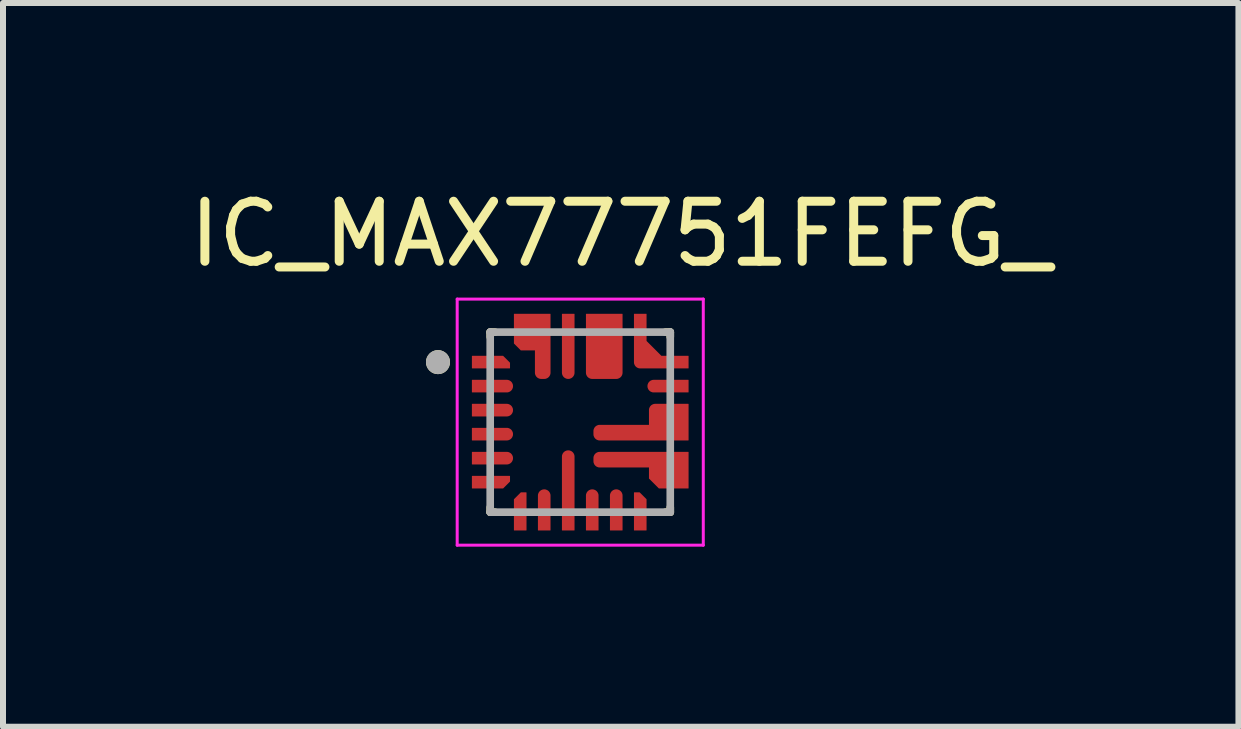
<source format=kicad_pcb>
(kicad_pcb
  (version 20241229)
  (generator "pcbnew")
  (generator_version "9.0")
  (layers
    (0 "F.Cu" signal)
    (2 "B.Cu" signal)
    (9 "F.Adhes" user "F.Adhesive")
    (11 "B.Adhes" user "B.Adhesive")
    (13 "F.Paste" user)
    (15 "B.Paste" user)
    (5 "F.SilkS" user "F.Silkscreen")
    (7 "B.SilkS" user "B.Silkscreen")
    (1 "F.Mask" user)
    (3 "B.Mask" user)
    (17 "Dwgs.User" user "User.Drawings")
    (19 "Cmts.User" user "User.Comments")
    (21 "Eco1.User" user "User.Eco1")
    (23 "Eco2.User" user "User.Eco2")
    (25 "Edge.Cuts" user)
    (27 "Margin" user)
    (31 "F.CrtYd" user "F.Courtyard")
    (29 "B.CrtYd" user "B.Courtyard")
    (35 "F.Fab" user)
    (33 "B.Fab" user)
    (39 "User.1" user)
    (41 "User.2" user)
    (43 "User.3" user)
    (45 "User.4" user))
  (footprint "IC_MAX77751FEFG_"
    (layer "F.Cu")
    (at 6.617 3.983)
    (property "Reference" "IC_MAX77751FEFG_" (at 0.675 -3.135 0) (layer "F.SilkS") (effects (font (size 1 1) (thickness 0.15))))
    (attr smd)
    (fp_poly (pts (xy -1.85 -0.85) (xy -1.125 -0.85) (xy -1.125 -1.013) (xy -1.262 -1.15) (xy -1.85 -1.15)) (stroke (width 0.01) (type solid)) (fill yes) (layer "F.Mask"))
    (fp_poly (pts (xy -1.85 0.85) (xy -1.125 0.85) (xy -1.125 1.013) (xy -1.262 1.15) (xy -1.85 1.15)) (stroke (width 0.01) (type solid)) (fill yes) (layer "F.Mask"))
    (fp_poly (pts (xy -0.85 1.85) (xy -0.85 1.125) (xy -1.013 1.125) (xy -1.15 1.262) (xy -1.15 1.85)) (stroke (width 0.01) (type solid)) (fill yes) (layer "F.Mask"))
    (fp_poly (pts (xy 0.85 1.85) (xy 0.85 1.125) (xy 1.013 1.125) (xy 1.15 1.262) (xy 1.15 1.85)) (stroke (width 0.01) (type solid)) (fill yes) (layer "F.Mask"))
    (fp_poly (pts (xy 1.85 -0.85) (xy 1 -0.85) (xy 0.992 -0.85) (xy 0.984 -0.851) (xy 0.977 -0.852) (xy 0.969 -0.853) (xy 0.961 -0.855) (xy 0.954 -0.857) (xy 0.946 -0.86) (xy 0.939 -0.863) (xy 0.932 -0.866) (xy 0.925 -0.87) (xy 0.918 -0.874) (xy 0.912 -0.879) (xy 0.906 -0.883) (xy 0.9 -0.889) (xy 0.894 -0.894) (xy 0.889 -0.9) (xy 0.883 -0.906) (xy 0.879 -0.912) (xy 0.874 -0.918) (xy 0.87 -0.925) (xy 0.866 -0.932) (xy 0.863 -0.939) (xy 0.86 -0.946) (xy 0.857 -0.954) (xy 0.855 -0.961) (xy 0.853 -0.969) (xy 0.852 -0.977) (xy 0.851 -0.984) (xy 0.85 -0.992) (xy 0.85 -1) (xy 0.85 -1.85) (xy 1.15 -1.85) (xy 1.15 -1.375) (xy 1.375 -1.15) (xy 1.85 -1.15) (xy 1.85 -0.85)) (stroke (width 0.01) (type solid)) (fill yes) (layer "F.Mask"))
    (fp_poly (pts (xy -1.85 -0.75) (xy -1.225 -0.75) (xy -1.217 -0.75) (xy -1.209 -0.749) (xy -1.202 -0.748) (xy -1.194 -0.747) (xy -1.186 -0.745) (xy -1.179 -0.743) (xy -1.171 -0.74) (xy -1.164 -0.737) (xy -1.157 -0.734) (xy -1.15 -0.73) (xy -1.143 -0.726) (xy -1.137 -0.721) (xy -1.131 -0.717) (xy -1.125 -0.711) (xy -1.119 -0.706) (xy -1.114 -0.7) (xy -1.108 -0.694) (xy -1.104 -0.688) (xy -1.099 -0.682) (xy -1.095 -0.675) (xy -1.091 -0.668) (xy -1.088 -0.661) (xy -1.085 -0.654) (xy -1.082 -0.646) (xy -1.08 -0.639) (xy -1.078 -0.631) (xy -1.077 -0.623) (xy -1.076 -0.616) (xy -1.075 -0.608) (xy -1.075 -0.6) (xy -1.075 -0.592) (xy -1.076 -0.584) (xy -1.077 -0.577) (xy -1.078 -0.569) (xy -1.08 -0.561) (xy -1.082 -0.554) (xy -1.085 -0.546) (xy -1.088 -0.539) (xy -1.091 -0.532) (xy -1.095 -0.525) (xy -1.099 -0.518) (xy -1.104 -0.512) (xy -1.108 -0.506) (xy -1.114 -0.5) (xy -1.119 -0.494) (xy -1.125 -0.489) (xy -1.131 -0.483) (xy -1.137 -0.479) (xy -1.143 -0.474) (xy -1.15 -0.47) (xy -1.157 -0.466) (xy -1.164 -0.463) (xy -1.171 -0.46) (xy -1.179 -0.457) (xy -1.186 -0.455) (xy -1.194 -0.453) (xy -1.202 -0.452) (xy -1.209 -0.451) (xy -1.217 -0.45) (xy -1.225 -0.45) (xy -1.85 -0.45) (xy -1.85 -0.75)) (stroke (width 0.01) (type solid)) (fill yes) (layer "F.Mask"))
    (fp_poly (pts (xy -1.85 -0.35) (xy -1.225 -0.35) (xy -1.217 -0.35) (xy -1.209 -0.349) (xy -1.202 -0.348) (xy -1.194 -0.347) (xy -1.186 -0.345) (xy -1.179 -0.343) (xy -1.171 -0.34) (xy -1.164 -0.337) (xy -1.157 -0.334) (xy -1.15 -0.33) (xy -1.143 -0.326) (xy -1.137 -0.321) (xy -1.131 -0.317) (xy -1.125 -0.311) (xy -1.119 -0.306) (xy -1.114 -0.3) (xy -1.108 -0.294) (xy -1.104 -0.288) (xy -1.099 -0.282) (xy -1.095 -0.275) (xy -1.091 -0.268) (xy -1.088 -0.261) (xy -1.085 -0.254) (xy -1.082 -0.246) (xy -1.08 -0.239) (xy -1.078 -0.231) (xy -1.077 -0.223) (xy -1.076 -0.216) (xy -1.075 -0.208) (xy -1.075 -0.2) (xy -1.075 -0.192) (xy -1.076 -0.184) (xy -1.077 -0.177) (xy -1.078 -0.169) (xy -1.08 -0.161) (xy -1.082 -0.154) (xy -1.085 -0.146) (xy -1.088 -0.139) (xy -1.091 -0.132) (xy -1.095 -0.125) (xy -1.099 -0.118) (xy -1.104 -0.112) (xy -1.108 -0.106) (xy -1.114 -0.1) (xy -1.119 -0.094) (xy -1.125 -0.089) (xy -1.131 -0.083) (xy -1.137 -0.079) (xy -1.143 -0.074) (xy -1.15 -0.07) (xy -1.157 -0.066) (xy -1.164 -0.063) (xy -1.171 -0.06) (xy -1.179 -0.057) (xy -1.186 -0.055) (xy -1.194 -0.053) (xy -1.202 -0.052) (xy -1.209 -0.051) (xy -1.217 -0.05) (xy -1.225 -0.05) (xy -1.85 -0.05) (xy -1.85 -0.35)) (stroke (width 0.01) (type solid)) (fill yes) (layer "F.Mask"))
    (fp_poly (pts (xy -1.85 0.05) (xy -1.225 0.05) (xy -1.217 0.05) (xy -1.209 0.051) (xy -1.202 0.052) (xy -1.194 0.053) (xy -1.186 0.055) (xy -1.179 0.057) (xy -1.171 0.06) (xy -1.164 0.063) (xy -1.157 0.066) (xy -1.15 0.07) (xy -1.143 0.074) (xy -1.137 0.079) (xy -1.131 0.083) (xy -1.125 0.089) (xy -1.119 0.094) (xy -1.114 0.1) (xy -1.108 0.106) (xy -1.104 0.112) (xy -1.099 0.118) (xy -1.095 0.125) (xy -1.091 0.132) (xy -1.088 0.139) (xy -1.085 0.146) (xy -1.082 0.154) (xy -1.08 0.161) (xy -1.078 0.169) (xy -1.077 0.177) (xy -1.076 0.184) (xy -1.075 0.192) (xy -1.075 0.2) (xy -1.075 0.208) (xy -1.076 0.216) (xy -1.077 0.223) (xy -1.078 0.231) (xy -1.08 0.239) (xy -1.082 0.246) (xy -1.085 0.254) (xy -1.088 0.261) (xy -1.091 0.268) (xy -1.095 0.275) (xy -1.099 0.282) (xy -1.104 0.288) (xy -1.108 0.294) (xy -1.114 0.3) (xy -1.119 0.306) (xy -1.125 0.311) (xy -1.131 0.317) (xy -1.137 0.321) (xy -1.143 0.326) (xy -1.15 0.33) (xy -1.157 0.334) (xy -1.164 0.337) (xy -1.171 0.34) (xy -1.179 0.343) (xy -1.186 0.345) (xy -1.194 0.347) (xy -1.202 0.348) (xy -1.209 0.349) (xy -1.217 0.35) (xy -1.225 0.35) (xy -1.85 0.35) (xy -1.85 0.05)) (stroke (width 0.01) (type solid)) (fill yes) (layer "F.Mask"))
    (fp_poly (pts (xy -1.85 0.45) (xy -1.225 0.45) (xy -1.217 0.45) (xy -1.209 0.451) (xy -1.202 0.452) (xy -1.194 0.453) (xy -1.186 0.455) (xy -1.179 0.457) (xy -1.171 0.46) (xy -1.164 0.463) (xy -1.157 0.466) (xy -1.15 0.47) (xy -1.143 0.474) (xy -1.137 0.479) (xy -1.131 0.483) (xy -1.125 0.489) (xy -1.119 0.494) (xy -1.114 0.5) (xy -1.108 0.506) (xy -1.104 0.512) (xy -1.099 0.518) (xy -1.095 0.525) (xy -1.091 0.532) (xy -1.088 0.539) (xy -1.085 0.546) (xy -1.082 0.554) (xy -1.08 0.561) (xy -1.078 0.569) (xy -1.077 0.577) (xy -1.076 0.584) (xy -1.075 0.592) (xy -1.075 0.6) (xy -1.075 0.608) (xy -1.076 0.616) (xy -1.077 0.623) (xy -1.078 0.631) (xy -1.08 0.639) (xy -1.082 0.646) (xy -1.085 0.654) (xy -1.088 0.661) (xy -1.091 0.668) (xy -1.095 0.675) (xy -1.099 0.682) (xy -1.104 0.688) (xy -1.108 0.694) (xy -1.114 0.7) (xy -1.119 0.706) (xy -1.125 0.711) (xy -1.131 0.717) (xy -1.137 0.721) (xy -1.143 0.726) (xy -1.15 0.73) (xy -1.157 0.734) (xy -1.164 0.737) (xy -1.171 0.74) (xy -1.179 0.743) (xy -1.186 0.745) (xy -1.194 0.747) (xy -1.202 0.748) (xy -1.209 0.749) (xy -1.217 0.75) (xy -1.225 0.75) (xy -1.85 0.75) (xy -1.85 0.45)) (stroke (width 0.01) (type solid)) (fill yes) (layer "F.Mask"))
    (fp_poly (pts (xy -0.75 1.85) (xy -0.75 1.225) (xy -0.75 1.217) (xy -0.749 1.209) (xy -0.748 1.202) (xy -0.747 1.194) (xy -0.745 1.186) (xy -0.743 1.179) (xy -0.74 1.171) (xy -0.737 1.164) (xy -0.734 1.157) (xy -0.73 1.15) (xy -0.726 1.143) (xy -0.721 1.137) (xy -0.717 1.131) (xy -0.711 1.125) (xy -0.706 1.119) (xy -0.7 1.114) (xy -0.694 1.108) (xy -0.688 1.104) (xy -0.682 1.099) (xy -0.675 1.095) (xy -0.668 1.091) (xy -0.661 1.088) (xy -0.654 1.085) (xy -0.646 1.082) (xy -0.639 1.08) (xy -0.631 1.078) (xy -0.623 1.077) (xy -0.616 1.076) (xy -0.608 1.075) (xy -0.6 1.075) (xy -0.592 1.075) (xy -0.584 1.076) (xy -0.577 1.077) (xy -0.569 1.078) (xy -0.561 1.08) (xy -0.554 1.082) (xy -0.546 1.085) (xy -0.539 1.088) (xy -0.532 1.091) (xy -0.525 1.095) (xy -0.518 1.099) (xy -0.512 1.104) (xy -0.506 1.108) (xy -0.5 1.114) (xy -0.494 1.119) (xy -0.489 1.125) (xy -0.483 1.131) (xy -0.479 1.137) (xy -0.474 1.143) (xy -0.47 1.15) (xy -0.466 1.157) (xy -0.463 1.164) (xy -0.46 1.171) (xy -0.457 1.179) (xy -0.455 1.186) (xy -0.453 1.194) (xy -0.452 1.202) (xy -0.451 1.209) (xy -0.45 1.217) (xy -0.45 1.225) (xy -0.45 1.85) (xy -0.75 1.85)) (stroke (width 0.01) (type solid)) (fill yes) (layer "F.Mask"))
    (fp_poly (pts (xy -0.35 1.85) (xy -0.35 0.575) (xy -0.35 0.567) (xy -0.349 0.559) (xy -0.348 0.552) (xy -0.347 0.544) (xy -0.345 0.536) (xy -0.343 0.529) (xy -0.34 0.521) (xy -0.337 0.514) (xy -0.334 0.507) (xy -0.33 0.5) (xy -0.326 0.493) (xy -0.321 0.487) (xy -0.317 0.481) (xy -0.311 0.475) (xy -0.306 0.469) (xy -0.3 0.464) (xy -0.294 0.458) (xy -0.288 0.454) (xy -0.282 0.449) (xy -0.275 0.445) (xy -0.268 0.441) (xy -0.261 0.438) (xy -0.254 0.435) (xy -0.246 0.432) (xy -0.239 0.43) (xy -0.231 0.428) (xy -0.223 0.427) (xy -0.216 0.426) (xy -0.208 0.425) (xy -0.2 0.425) (xy -0.192 0.425) (xy -0.184 0.426) (xy -0.177 0.427) (xy -0.169 0.428) (xy -0.161 0.43) (xy -0.154 0.432) (xy -0.146 0.435) (xy -0.139 0.438) (xy -0.132 0.441) (xy -0.125 0.445) (xy -0.118 0.449) (xy -0.112 0.454) (xy -0.106 0.458) (xy -0.1 0.464) (xy -0.094 0.469) (xy -0.089 0.475) (xy -0.083 0.481) (xy -0.079 0.487) (xy -0.074 0.493) (xy -0.07 0.5) (xy -0.066 0.507) (xy -0.063 0.514) (xy -0.06 0.521) (xy -0.057 0.529) (xy -0.055 0.536) (xy -0.053 0.544) (xy -0.052 0.552) (xy -0.051 0.559) (xy -0.05 0.567) (xy -0.05 0.575) (xy -0.05 1.85) (xy -0.35 1.85)) (stroke (width 0.01) (type solid)) (fill yes) (layer "F.Mask"))
    (fp_poly (pts (xy -0.05 -1.85) (xy -0.05 -0.825) (xy -0.05 -0.817) (xy -0.051 -0.809) (xy -0.052 -0.802) (xy -0.053 -0.794) (xy -0.055 -0.786) (xy -0.057 -0.779) (xy -0.06 -0.771) (xy -0.063 -0.764) (xy -0.066 -0.757) (xy -0.07 -0.75) (xy -0.074 -0.743) (xy -0.079 -0.737) (xy -0.083 -0.731) (xy -0.089 -0.725) (xy -0.094 -0.719) (xy -0.1 -0.714) (xy -0.106 -0.708) (xy -0.112 -0.704) (xy -0.118 -0.699) (xy -0.125 -0.695) (xy -0.132 -0.691) (xy -0.139 -0.688) (xy -0.146 -0.685) (xy -0.154 -0.682) (xy -0.161 -0.68) (xy -0.169 -0.678) (xy -0.177 -0.677) (xy -0.184 -0.676) (xy -0.192 -0.675) (xy -0.2 -0.675) (xy -0.208 -0.675) (xy -0.216 -0.676) (xy -0.223 -0.677) (xy -0.231 -0.678) (xy -0.239 -0.68) (xy -0.246 -0.682) (xy -0.254 -0.685) (xy -0.261 -0.688) (xy -0.268 -0.691) (xy -0.275 -0.695) (xy -0.282 -0.699) (xy -0.288 -0.704) (xy -0.294 -0.708) (xy -0.3 -0.714) (xy -0.306 -0.719) (xy -0.311 -0.725) (xy -0.317 -0.731) (xy -0.321 -0.737) (xy -0.326 -0.743) (xy -0.33 -0.75) (xy -0.334 -0.757) (xy -0.337 -0.764) (xy -0.34 -0.771) (xy -0.343 -0.779) (xy -0.345 -0.786) (xy -0.347 -0.794) (xy -0.348 -0.802) (xy -0.349 -0.809) (xy -0.35 -0.817) (xy -0.35 -0.825) (xy -0.35 -1.85) (xy -0.05 -1.85)) (stroke (width 0.01) (type solid)) (fill yes) (layer "F.Mask"))
    (fp_poly (pts (xy 0.05 1.85) (xy 0.05 1.225) (xy 0.05 1.217) (xy 0.051 1.209) (xy 0.052 1.202) (xy 0.053 1.194) (xy 0.055 1.186) (xy 0.057 1.179) (xy 0.06 1.171) (xy 0.063 1.164) (xy 0.066 1.157) (xy 0.07 1.15) (xy 0.074 1.143) (xy 0.079 1.137) (xy 0.083 1.131) (xy 0.089 1.125) (xy 0.094 1.119) (xy 0.1 1.114) (xy 0.106 1.108) (xy 0.112 1.104) (xy 0.118 1.099) (xy 0.125 1.095) (xy 0.132 1.091) (xy 0.139 1.088) (xy 0.146 1.085) (xy 0.154 1.082) (xy 0.161 1.08) (xy 0.169 1.078) (xy 0.177 1.077) (xy 0.184 1.076) (xy 0.192 1.075) (xy 0.2 1.075) (xy 0.208 1.075) (xy 0.216 1.076) (xy 0.223 1.077) (xy 0.231 1.078) (xy 0.239 1.08) (xy 0.246 1.082) (xy 0.254 1.085) (xy 0.261 1.088) (xy 0.268 1.091) (xy 0.275 1.095) (xy 0.282 1.099) (xy 0.288 1.104) (xy 0.294 1.108) (xy 0.3 1.114) (xy 0.306 1.119) (xy 0.311 1.125) (xy 0.317 1.131) (xy 0.321 1.137) (xy 0.326 1.143) (xy 0.33 1.15) (xy 0.334 1.157) (xy 0.337 1.164) (xy 0.34 1.171) (xy 0.343 1.179) (xy 0.345 1.186) (xy 0.347 1.194) (xy 0.348 1.202) (xy 0.349 1.209) (xy 0.35 1.217) (xy 0.35 1.225) (xy 0.35 1.85) (xy 0.05 1.85)) (stroke (width 0.01) (type solid)) (fill yes) (layer "F.Mask"))
    (fp_poly (pts (xy 0.45 1.85) (xy 0.45 1.225) (xy 0.45 1.217) (xy 0.451 1.209) (xy 0.452 1.202) (xy 0.453 1.194) (xy 0.455 1.186) (xy 0.457 1.179) (xy 0.46 1.171) (xy 0.463 1.164) (xy 0.466 1.157) (xy 0.47 1.15) (xy 0.474 1.143) (xy 0.479 1.137) (xy 0.483 1.131) (xy 0.489 1.125) (xy 0.494 1.119) (xy 0.5 1.114) (xy 0.506 1.108) (xy 0.512 1.104) (xy 0.518 1.099) (xy 0.525 1.095) (xy 0.532 1.091) (xy 0.539 1.088) (xy 0.546 1.085) (xy 0.554 1.082) (xy 0.561 1.08) (xy 0.569 1.078) (xy 0.577 1.077) (xy 0.584 1.076) (xy 0.592 1.075) (xy 0.6 1.075) (xy 0.608 1.075) (xy 0.616 1.076) (xy 0.623 1.077) (xy 0.631 1.078) (xy 0.639 1.08) (xy 0.646 1.082) (xy 0.654 1.085) (xy 0.661 1.088) (xy 0.668 1.091) (xy 0.675 1.095) (xy 0.682 1.099) (xy 0.688 1.104) (xy 0.694 1.108) (xy 0.7 1.114) (xy 0.706 1.119) (xy 0.711 1.125) (xy 0.717 1.131) (xy 0.721 1.137) (xy 0.726 1.143) (xy 0.73 1.15) (xy 0.734 1.157) (xy 0.737 1.164) (xy 0.74 1.171) (xy 0.743 1.179) (xy 0.745 1.186) (xy 0.747 1.194) (xy 0.748 1.202) (xy 0.749 1.209) (xy 0.75 1.217) (xy 0.75 1.225) (xy 0.75 1.85) (xy 0.45 1.85)) (stroke (width 0.01) (type solid)) (fill yes) (layer "F.Mask"))
    (fp_poly (pts (xy 1.85 -0.45) (xy 1.225 -0.45) (xy 1.217 -0.45) (xy 1.209 -0.451) (xy 1.202 -0.452) (xy 1.194 -0.453) (xy 1.186 -0.455) (xy 1.179 -0.457) (xy 1.171 -0.46) (xy 1.164 -0.463) (xy 1.157 -0.466) (xy 1.15 -0.47) (xy 1.143 -0.474) (xy 1.137 -0.479) (xy 1.131 -0.483) (xy 1.125 -0.489) (xy 1.119 -0.494) (xy 1.114 -0.5) (xy 1.108 -0.506) (xy 1.104 -0.512) (xy 1.099 -0.518) (xy 1.095 -0.525) (xy 1.091 -0.532) (xy 1.088 -0.539) (xy 1.085 -0.546) (xy 1.082 -0.554) (xy 1.08 -0.561) (xy 1.078 -0.569) (xy 1.077 -0.577) (xy 1.076 -0.584) (xy 1.075 -0.592) (xy 1.075 -0.6) (xy 1.075 -0.608) (xy 1.076 -0.616) (xy 1.077 -0.623) (xy 1.078 -0.631) (xy 1.08 -0.639) (xy 1.082 -0.646) (xy 1.085 -0.654) (xy 1.088 -0.661) (xy 1.091 -0.668) (xy 1.095 -0.675) (xy 1.099 -0.682) (xy 1.104 -0.688) (xy 1.108 -0.694) (xy 1.114 -0.7) (xy 1.119 -0.706) (xy 1.125 -0.711) (xy 1.131 -0.717) (xy 1.137 -0.721) (xy 1.143 -0.726) (xy 1.15 -0.73) (xy 1.157 -0.734) (xy 1.164 -0.737) (xy 1.171 -0.74) (xy 1.179 -0.743) (xy 1.186 -0.745) (xy 1.194 -0.747) (xy 1.202 -0.748) (xy 1.209 -0.749) (xy 1.217 -0.75) (xy 1.225 -0.75) (xy 1.85 -0.75) (xy 1.85 -0.45)) (stroke (width 0.01) (type solid)) (fill yes) (layer "F.Mask"))
    (fp_poly (pts (xy 0.75 -1.85) (xy 0.75 -0.825) (xy 0.75 -0.817) (xy 0.749 -0.809) (xy 0.748 -0.802) (xy 0.747 -0.794) (xy 0.745 -0.786) (xy 0.743 -0.779) (xy 0.74 -0.771) (xy 0.737 -0.764) (xy 0.734 -0.757) (xy 0.73 -0.75) (xy 0.726 -0.743) (xy 0.721 -0.737) (xy 0.717 -0.731) (xy 0.711 -0.725) (xy 0.706 -0.719) (xy 0.7 -0.714) (xy 0.694 -0.708) (xy 0.688 -0.704) (xy 0.682 -0.699) (xy 0.675 -0.695) (xy 0.668 -0.691) (xy 0.661 -0.688) (xy 0.654 -0.685) (xy 0.646 -0.682) (xy 0.639 -0.68) (xy 0.631 -0.678) (xy 0.623 -0.677) (xy 0.616 -0.676) (xy 0.608 -0.675) (xy 0.6 -0.675) (xy 0.2 -0.675) (xy 0.192 -0.675) (xy 0.184 -0.676) (xy 0.177 -0.677) (xy 0.169 -0.678) (xy 0.161 -0.68) (xy 0.154 -0.682) (xy 0.146 -0.685) (xy 0.139 -0.688) (xy 0.132 -0.691) (xy 0.125 -0.695) (xy 0.118 -0.699) (xy 0.112 -0.704) (xy 0.106 -0.708) (xy 0.1 -0.714) (xy 0.094 -0.719) (xy 0.089 -0.725) (xy 0.083 -0.731) (xy 0.079 -0.737) (xy 0.074 -0.743) (xy 0.07 -0.75) (xy 0.066 -0.757) (xy 0.063 -0.764) (xy 0.06 -0.771) (xy 0.057 -0.779) (xy 0.055 -0.786) (xy 0.053 -0.794) (xy 0.052 -0.802) (xy 0.051 -0.809) (xy 0.05 -0.817) (xy 0.05 -0.825) (xy 0.05 -1.85) (xy 0.75 -1.85)) (stroke (width 0.01) (type solid)) (fill yes) (layer "F.Mask"))
    (fp_poly (pts (xy -0.45 -1.85) (xy -0.45 -0.825) (xy -0.45 -0.817) (xy -0.451 -0.809) (xy -0.452 -0.802) (xy -0.453 -0.794) (xy -0.455 -0.786) (xy -0.457 -0.779) (xy -0.46 -0.771) (xy -0.463 -0.764) (xy -0.466 -0.757) (xy -0.47 -0.75) (xy -0.474 -0.743) (xy -0.479 -0.737) (xy -0.483 -0.731) (xy -0.489 -0.725) (xy -0.494 -0.719) (xy -0.5 -0.714) (xy -0.506 -0.708) (xy -0.512 -0.704) (xy -0.518 -0.699) (xy -0.525 -0.695) (xy -0.532 -0.691) (xy -0.539 -0.688) (xy -0.546 -0.685) (xy -0.554 -0.682) (xy -0.561 -0.68) (xy -0.569 -0.678) (xy -0.577 -0.677) (xy -0.584 -0.676) (xy -0.592 -0.675) (xy -0.6 -0.675) (xy -0.65 -0.675) (xy -0.658 -0.675) (xy -0.666 -0.676) (xy -0.673 -0.677) (xy -0.681 -0.678) (xy -0.689 -0.68) (xy -0.696 -0.682) (xy -0.704 -0.685) (xy -0.711 -0.688) (xy -0.718 -0.691) (xy -0.725 -0.695) (xy -0.732 -0.699) (xy -0.738 -0.704) (xy -0.744 -0.708) (xy -0.75 -0.714) (xy -0.756 -0.719) (xy -0.761 -0.725) (xy -0.767 -0.731) (xy -0.771 -0.737) (xy -0.776 -0.743) (xy -0.78 -0.75) (xy -0.784 -0.757) (xy -0.787 -0.764) (xy -0.79 -0.771) (xy -0.793 -0.779) (xy -0.795 -0.786) (xy -0.797 -0.794) (xy -0.798 -0.802) (xy -0.799 -0.809) (xy -0.8 -0.817) (xy -0.8 -0.825) (xy -0.8 -1.15) (xy -1.013 -1.15) (xy -1.15 -1.287) (xy -1.15 -1.85) (xy -0.45 -1.85)) (stroke (width 0.01) (type solid)) (fill yes) (layer "F.Mask"))
    (fp_poly (pts (xy 1.85 1.15) (xy 1.287 1.15) (xy 1.1 0.963) (xy 1.1 0.8) (xy 0.325 0.8) (xy 0.317 0.8) (xy 0.309 0.799) (xy 0.302 0.798) (xy 0.294 0.797) (xy 0.286 0.795) (xy 0.279 0.793) (xy 0.271 0.79) (xy 0.264 0.787) (xy 0.257 0.784) (xy 0.25 0.78) (xy 0.243 0.776) (xy 0.237 0.771) (xy 0.231 0.767) (xy 0.225 0.761) (xy 0.219 0.756) (xy 0.214 0.75) (xy 0.208 0.744) (xy 0.204 0.738) (xy 0.199 0.732) (xy 0.195 0.725) (xy 0.191 0.718) (xy 0.188 0.711) (xy 0.185 0.704) (xy 0.182 0.696) (xy 0.18 0.689) (xy 0.178 0.681) (xy 0.177 0.673) (xy 0.176 0.666) (xy 0.175 0.658) (xy 0.175 0.65) (xy 0.175 0.6) (xy 0.175 0.592) (xy 0.176 0.584) (xy 0.177 0.577) (xy 0.178 0.569) (xy 0.18 0.561) (xy 0.182 0.554) (xy 0.185 0.546) (xy 0.188 0.539) (xy 0.191 0.532) (xy 0.195 0.525) (xy 0.199 0.518) (xy 0.204 0.512) (xy 0.208 0.506) (xy 0.214 0.5) (xy 0.219 0.494) (xy 0.225 0.489) (xy 0.231 0.483) (xy 0.237 0.479) (xy 0.243 0.474) (xy 0.25 0.47) (xy 0.257 0.466) (xy 0.264 0.463) (xy 0.271 0.46) (xy 0.279 0.457) (xy 0.286 0.455) (xy 0.294 0.453) (xy 0.302 0.452) (xy 0.309 0.451) (xy 0.317 0.45) (xy 0.325 0.45) (xy 1.85 0.45) (xy 1.85 1.15)) (stroke (width 0.01) (type solid)) (fill yes) (layer "F.Mask"))
    (fp_poly (pts (xy 1.85 0.35) (xy 0.325 0.35) (xy 0.317 0.35) (xy 0.309 0.349) (xy 0.302 0.348) (xy 0.294 0.347) (xy 0.286 0.345) (xy 0.279 0.343) (xy 0.271 0.34) (xy 0.264 0.337) (xy 0.257 0.334) (xy 0.25 0.33) (xy 0.243 0.326) (xy 0.237 0.321) (xy 0.231 0.317) (xy 0.225 0.311) (xy 0.219 0.306) (xy 0.214 0.3) (xy 0.208 0.294) (xy 0.204 0.288) (xy 0.199 0.282) (xy 0.195 0.275) (xy 0.191 0.268) (xy 0.188 0.261) (xy 0.185 0.254) (xy 0.182 0.246) (xy 0.18 0.239) (xy 0.178 0.231) (xy 0.177 0.223) (xy 0.176 0.216) (xy 0.175 0.208) (xy 0.175 0.2) (xy 0.175 0.15) (xy 0.175 0.142) (xy 0.176 0.134) (xy 0.177 0.127) (xy 0.178 0.119) (xy 0.18 0.111) (xy 0.182 0.104) (xy 0.185 0.096) (xy 0.188 0.089) (xy 0.191 0.082) (xy 0.195 0.075) (xy 0.199 0.068) (xy 0.204 0.062) (xy 0.208 0.056) (xy 0.214 0.05) (xy 0.219 0.044) (xy 0.225 0.039) (xy 0.231 0.033) (xy 0.237 0.029) (xy 0.243 0.024) (xy 0.25 0.02) (xy 0.257 0.016) (xy 0.264 0.013) (xy 0.271 0.01) (xy 0.279 0.007) (xy 0.286 0.005) (xy 0.294 0.003) (xy 0.302 0.002) (xy 0.309 0.001) (xy 0.317 0) (xy 0.325 0) (xy 1.1 0) (xy 1.1 -0.2) (xy 1.1 -0.208) (xy 1.101 -0.216) (xy 1.102 -0.223) (xy 1.103 -0.231) (xy 1.105 -0.239) (xy 1.107 -0.246) (xy 1.11 -0.254) (xy 1.113 -0.261) (xy 1.116 -0.268) (xy 1.12 -0.275) (xy 1.124 -0.282) (xy 1.129 -0.288) (xy 1.133 -0.294) (xy 1.139 -0.3) (xy 1.144 -0.306) (xy 1.15 -0.311) (xy 1.156 -0.317) (xy 1.162 -0.321) (xy 1.168 -0.326) (xy 1.175 -0.33) (xy 1.182 -0.334) (xy 1.189 -0.337) (xy 1.196 -0.34) (xy 1.204 -0.343) (xy 1.211 -0.345) (xy 1.219 -0.347) (xy 1.227 -0.348) (xy 1.234 -0.349) (xy 1.242 -0.35) (xy 1.25 -0.35) (xy 1.85 -0.35) (xy 1.85 0.35)) (stroke (width 0.01) (type solid)) (fill yes) (layer "F.Mask"))
    (fp_line (start -1.5 -1.5) (end -1.5 -1.42) (stroke (width 0.127) (type solid)) (layer "F.SilkS"))
    (fp_line (start -1.5 -1.5) (end -1.42 -1.5) (stroke (width 0.127) (type solid)) (layer "F.SilkS"))
    (fp_line (start -1.5 1.5) (end -1.5 1.42) (stroke (width 0.127) (type solid)) (layer "F.SilkS"))
    (fp_line (start -1.5 1.5) (end -1.42 1.5) (stroke (width 0.127) (type solid)) (layer "F.SilkS"))
    (fp_line (start 1.5 -1.5) (end 1.42 -1.5) (stroke (width 0.127) (type solid)) (layer "F.SilkS"))
    (fp_line (start 1.5 -1.5) (end 1.5 -1.42) (stroke (width 0.127) (type solid)) (layer "F.SilkS"))
    (fp_line (start 1.5 1.5) (end 1.42 1.5) (stroke (width 0.127) (type solid)) (layer "F.SilkS"))
    (fp_line (start 1.5 1.5) (end 1.5 1.42) (stroke (width 0.127) (type solid)) (layer "F.SilkS"))
    (fp_circle (center -2.37 -1) (end -2.27 -1) (stroke (width 0.2) (type solid)) (fill no) (layer "F.SilkS"))
    (fp_poly (pts (xy -1.8 -0.9) (xy -1.175 -0.9) (xy -1.175 -0.988) (xy -1.287 -1.1) (xy -1.8 -1.1)) (stroke (width 0.01) (type solid)) (fill yes) (layer "F.Paste"))
    (fp_poly (pts (xy -1.8 0.9) (xy -1.175 0.9) (xy -1.175 0.988) (xy -1.287 1.1) (xy -1.8 1.1)) (stroke (width 0.01) (type solid)) (fill yes) (layer "F.Paste"))
    (fp_poly (pts (xy -0.9 1.8) (xy -0.9 1.175) (xy -0.988 1.175) (xy -1.1 1.287) (xy -1.1 1.8)) (stroke (width 0.01) (type solid)) (fill yes) (layer "F.Paste"))
    (fp_poly (pts (xy 0.9 1.8) (xy 0.9 1.175) (xy 0.988 1.175) (xy 1.1 1.287) (xy 1.1 1.8)) (stroke (width 0.01) (type solid)) (fill yes) (layer "F.Paste"))
    (fp_poly (pts (xy 1.8 -0.9) (xy 1 -0.9) (xy 0.995 -0.9) (xy 0.99 -0.901) (xy 0.984 -0.901) (xy 0.979 -0.902) (xy 0.974 -0.903) (xy 0.969 -0.905) (xy 0.964 -0.907) (xy 0.959 -0.909) (xy 0.955 -0.911) (xy 0.95 -0.913) (xy 0.946 -0.916) (xy 0.941 -0.919) (xy 0.937 -0.922) (xy 0.933 -0.926) (xy 0.929 -0.929) (xy 0.926 -0.933) (xy 0.922 -0.937) (xy 0.919 -0.941) (xy 0.916 -0.946) (xy 0.913 -0.95) (xy 0.911 -0.955) (xy 0.909 -0.959) (xy 0.907 -0.964) (xy 0.905 -0.969) (xy 0.903 -0.974) (xy 0.902 -0.979) (xy 0.901 -0.984) (xy 0.901 -0.99) (xy 0.9 -0.995) (xy 0.9 -1) (xy 0.9 -1.8) (xy 1.1 -1.8) (xy 1.1 -1.35) (xy 1.35 -1.1) (xy 1.8 -1.1) (xy 1.8 -0.9)) (stroke (width 0.01) (type solid)) (fill yes) (layer "F.Paste"))
    (fp_poly (pts (xy -1.8 -0.7) (xy -1.225 -0.7) (xy -1.22 -0.7) (xy -1.215 -0.699) (xy -1.209 -0.699) (xy -1.204 -0.698) (xy -1.199 -0.697) (xy -1.194 -0.695) (xy -1.189 -0.693) (xy -1.184 -0.691) (xy -1.18 -0.689) (xy -1.175 -0.687) (xy -1.171 -0.684) (xy -1.166 -0.681) (xy -1.162 -0.678) (xy -1.158 -0.674) (xy -1.154 -0.671) (xy -1.151 -0.667) (xy -1.147 -0.663) (xy -1.144 -0.659) (xy -1.141 -0.654) (xy -1.138 -0.65) (xy -1.136 -0.645) (xy -1.134 -0.641) (xy -1.132 -0.636) (xy -1.13 -0.631) (xy -1.128 -0.626) (xy -1.127 -0.621) (xy -1.126 -0.616) (xy -1.126 -0.61) (xy -1.125 -0.605) (xy -1.125 -0.6) (xy -1.125 -0.595) (xy -1.126 -0.59) (xy -1.126 -0.584) (xy -1.127 -0.579) (xy -1.128 -0.574) (xy -1.13 -0.569) (xy -1.132 -0.564) (xy -1.134 -0.559) (xy -1.136 -0.555) (xy -1.138 -0.55) (xy -1.141 -0.546) (xy -1.144 -0.541) (xy -1.147 -0.537) (xy -1.151 -0.533) (xy -1.154 -0.529) (xy -1.158 -0.526) (xy -1.162 -0.522) (xy -1.166 -0.519) (xy -1.171 -0.516) (xy -1.175 -0.513) (xy -1.18 -0.511) (xy -1.184 -0.509) (xy -1.189 -0.507) (xy -1.194 -0.505) (xy -1.199 -0.503) (xy -1.204 -0.502) (xy -1.209 -0.501) (xy -1.215 -0.501) (xy -1.22 -0.5) (xy -1.225 -0.5) (xy -1.8 -0.5) (xy -1.8 -0.7)) (stroke (width 0.01) (type solid)) (fill yes) (layer "F.Paste"))
    (fp_poly (pts (xy -1.8 -0.3) (xy -1.225 -0.3) (xy -1.22 -0.3) (xy -1.215 -0.299) (xy -1.209 -0.299) (xy -1.204 -0.298) (xy -1.199 -0.297) (xy -1.194 -0.295) (xy -1.189 -0.293) (xy -1.184 -0.291) (xy -1.18 -0.289) (xy -1.175 -0.287) (xy -1.171 -0.284) (xy -1.166 -0.281) (xy -1.162 -0.278) (xy -1.158 -0.274) (xy -1.154 -0.271) (xy -1.151 -0.267) (xy -1.147 -0.263) (xy -1.144 -0.259) (xy -1.141 -0.254) (xy -1.138 -0.25) (xy -1.136 -0.245) (xy -1.134 -0.241) (xy -1.132 -0.236) (xy -1.13 -0.231) (xy -1.128 -0.226) (xy -1.127 -0.221) (xy -1.126 -0.216) (xy -1.126 -0.21) (xy -1.125 -0.205) (xy -1.125 -0.2) (xy -1.125 -0.195) (xy -1.126 -0.19) (xy -1.126 -0.184) (xy -1.127 -0.179) (xy -1.128 -0.174) (xy -1.13 -0.169) (xy -1.132 -0.164) (xy -1.134 -0.159) (xy -1.136 -0.155) (xy -1.138 -0.15) (xy -1.141 -0.146) (xy -1.144 -0.141) (xy -1.147 -0.137) (xy -1.151 -0.133) (xy -1.154 -0.129) (xy -1.158 -0.126) (xy -1.162 -0.122) (xy -1.166 -0.119) (xy -1.171 -0.116) (xy -1.175 -0.113) (xy -1.18 -0.111) (xy -1.184 -0.109) (xy -1.189 -0.107) (xy -1.194 -0.105) (xy -1.199 -0.103) (xy -1.204 -0.102) (xy -1.209 -0.101) (xy -1.215 -0.101) (xy -1.22 -0.1) (xy -1.225 -0.1) (xy -1.8 -0.1) (xy -1.8 -0.3)) (stroke (width 0.01) (type solid)) (fill yes) (layer "F.Paste"))
    (fp_poly (pts (xy -1.8 0.1) (xy -1.225 0.1) (xy -1.22 0.1) (xy -1.215 0.101) (xy -1.209 0.101) (xy -1.204 0.102) (xy -1.199 0.103) (xy -1.194 0.105) (xy -1.189 0.107) (xy -1.184 0.109) (xy -1.18 0.111) (xy -1.175 0.113) (xy -1.171 0.116) (xy -1.166 0.119) (xy -1.162 0.122) (xy -1.158 0.126) (xy -1.154 0.129) (xy -1.151 0.133) (xy -1.147 0.137) (xy -1.144 0.141) (xy -1.141 0.146) (xy -1.138 0.15) (xy -1.136 0.155) (xy -1.134 0.159) (xy -1.132 0.164) (xy -1.13 0.169) (xy -1.128 0.174) (xy -1.127 0.179) (xy -1.126 0.184) (xy -1.126 0.19) (xy -1.125 0.195) (xy -1.125 0.2) (xy -1.125 0.205) (xy -1.126 0.21) (xy -1.126 0.216) (xy -1.127 0.221) (xy -1.128 0.226) (xy -1.13 0.231) (xy -1.132 0.236) (xy -1.134 0.241) (xy -1.136 0.245) (xy -1.138 0.25) (xy -1.141 0.254) (xy -1.144 0.259) (xy -1.147 0.263) (xy -1.151 0.267) (xy -1.154 0.271) (xy -1.158 0.274) (xy -1.162 0.278) (xy -1.166 0.281) (xy -1.171 0.284) (xy -1.175 0.287) (xy -1.18 0.289) (xy -1.184 0.291) (xy -1.189 0.293) (xy -1.194 0.295) (xy -1.199 0.297) (xy -1.204 0.298) (xy -1.209 0.299) (xy -1.215 0.299) (xy -1.22 0.3) (xy -1.225 0.3) (xy -1.8 0.3) (xy -1.8 0.1)) (stroke (width 0.01) (type solid)) (fill yes) (layer "F.Paste"))
    (fp_poly (pts (xy -1.8 0.5) (xy -1.225 0.5) (xy -1.22 0.5) (xy -1.215 0.501) (xy -1.209 0.501) (xy -1.204 0.502) (xy -1.199 0.503) (xy -1.194 0.505) (xy -1.189 0.507) (xy -1.184 0.509) (xy -1.18 0.511) (xy -1.175 0.513) (xy -1.171 0.516) (xy -1.166 0.519) (xy -1.162 0.522) (xy -1.158 0.526) (xy -1.154 0.529) (xy -1.151 0.533) (xy -1.147 0.537) (xy -1.144 0.541) (xy -1.141 0.546) (xy -1.138 0.55) (xy -1.136 0.555) (xy -1.134 0.559) (xy -1.132 0.564) (xy -1.13 0.569) (xy -1.128 0.574) (xy -1.127 0.579) (xy -1.126 0.584) (xy -1.126 0.59) (xy -1.125 0.595) (xy -1.125 0.6) (xy -1.125 0.605) (xy -1.126 0.61) (xy -1.126 0.616) (xy -1.127 0.621) (xy -1.128 0.626) (xy -1.13 0.631) (xy -1.132 0.636) (xy -1.134 0.641) (xy -1.136 0.645) (xy -1.138 0.65) (xy -1.141 0.654) (xy -1.144 0.659) (xy -1.147 0.663) (xy -1.151 0.667) (xy -1.154 0.671) (xy -1.158 0.674) (xy -1.162 0.678) (xy -1.166 0.681) (xy -1.171 0.684) (xy -1.175 0.687) (xy -1.18 0.689) (xy -1.184 0.691) (xy -1.189 0.693) (xy -1.194 0.695) (xy -1.199 0.697) (xy -1.204 0.698) (xy -1.209 0.699) (xy -1.215 0.699) (xy -1.22 0.7) (xy -1.225 0.7) (xy -1.8 0.7) (xy -1.8 0.5)) (stroke (width 0.01) (type solid)) (fill yes) (layer "F.Paste"))
    (fp_poly (pts (xy -0.7 1.8) (xy -0.7 1.225) (xy -0.7 1.22) (xy -0.699 1.215) (xy -0.699 1.209) (xy -0.698 1.204) (xy -0.697 1.199) (xy -0.695 1.194) (xy -0.693 1.189) (xy -0.691 1.184) (xy -0.689 1.18) (xy -0.687 1.175) (xy -0.684 1.171) (xy -0.681 1.166) (xy -0.678 1.162) (xy -0.674 1.158) (xy -0.671 1.154) (xy -0.667 1.151) (xy -0.663 1.147) (xy -0.659 1.144) (xy -0.654 1.141) (xy -0.65 1.138) (xy -0.645 1.136) (xy -0.641 1.134) (xy -0.636 1.132) (xy -0.631 1.13) (xy -0.626 1.128) (xy -0.621 1.127) (xy -0.616 1.126) (xy -0.61 1.126) (xy -0.605 1.125) (xy -0.6 1.125) (xy -0.595 1.125) (xy -0.59 1.126) (xy -0.584 1.126) (xy -0.579 1.127) (xy -0.574 1.128) (xy -0.569 1.13) (xy -0.564 1.132) (xy -0.559 1.134) (xy -0.555 1.136) (xy -0.55 1.138) (xy -0.546 1.141) (xy -0.541 1.144) (xy -0.537 1.147) (xy -0.533 1.151) (xy -0.529 1.154) (xy -0.526 1.158) (xy -0.522 1.162) (xy -0.519 1.166) (xy -0.516 1.171) (xy -0.513 1.175) (xy -0.511 1.18) (xy -0.509 1.184) (xy -0.507 1.189) (xy -0.505 1.194) (xy -0.503 1.199) (xy -0.502 1.204) (xy -0.501 1.209) (xy -0.501 1.215) (xy -0.5 1.22) (xy -0.5 1.225) (xy -0.5 1.8) (xy -0.7 1.8)) (stroke (width 0.01) (type solid)) (fill yes) (layer "F.Paste"))
    (fp_poly (pts (xy -0.3 1.8) (xy -0.3 0.575) (xy -0.3 0.57) (xy -0.299 0.565) (xy -0.299 0.559) (xy -0.298 0.554) (xy -0.297 0.549) (xy -0.295 0.544) (xy -0.293 0.539) (xy -0.291 0.534) (xy -0.289 0.53) (xy -0.287 0.525) (xy -0.284 0.521) (xy -0.281 0.516) (xy -0.278 0.512) (xy -0.274 0.508) (xy -0.271 0.504) (xy -0.267 0.501) (xy -0.263 0.497) (xy -0.259 0.494) (xy -0.254 0.491) (xy -0.25 0.488) (xy -0.245 0.486) (xy -0.241 0.484) (xy -0.236 0.482) (xy -0.231 0.48) (xy -0.226 0.478) (xy -0.221 0.477) (xy -0.216 0.476) (xy -0.21 0.476) (xy -0.205 0.475) (xy -0.2 0.475) (xy -0.195 0.475) (xy -0.19 0.476) (xy -0.184 0.476) (xy -0.179 0.477) (xy -0.174 0.478) (xy -0.169 0.48) (xy -0.164 0.482) (xy -0.159 0.484) (xy -0.155 0.486) (xy -0.15 0.488) (xy -0.146 0.491) (xy -0.141 0.494) (xy -0.137 0.497) (xy -0.133 0.501) (xy -0.129 0.504) (xy -0.126 0.508) (xy -0.122 0.512) (xy -0.119 0.516) (xy -0.116 0.521) (xy -0.113 0.525) (xy -0.111 0.53) (xy -0.109 0.534) (xy -0.107 0.539) (xy -0.105 0.544) (xy -0.103 0.549) (xy -0.102 0.554) (xy -0.101 0.559) (xy -0.101 0.565) (xy -0.1 0.57) (xy -0.1 0.575) (xy -0.1 1.8) (xy -0.3 1.8)) (stroke (width 0.01) (type solid)) (fill yes) (layer "F.Paste"))
    (fp_poly (pts (xy -0.1 -1.8) (xy -0.1 -0.825) (xy -0.1 -0.82) (xy -0.101 -0.815) (xy -0.101 -0.809) (xy -0.102 -0.804) (xy -0.103 -0.799) (xy -0.105 -0.794) (xy -0.107 -0.789) (xy -0.109 -0.784) (xy -0.111 -0.78) (xy -0.113 -0.775) (xy -0.116 -0.771) (xy -0.119 -0.766) (xy -0.122 -0.762) (xy -0.126 -0.758) (xy -0.129 -0.754) (xy -0.133 -0.751) (xy -0.137 -0.747) (xy -0.141 -0.744) (xy -0.146 -0.741) (xy -0.15 -0.738) (xy -0.155 -0.736) (xy -0.159 -0.734) (xy -0.164 -0.732) (xy -0.169 -0.73) (xy -0.174 -0.728) (xy -0.179 -0.727) (xy -0.184 -0.726) (xy -0.19 -0.726) (xy -0.195 -0.725) (xy -0.2 -0.725) (xy -0.205 -0.725) (xy -0.21 -0.726) (xy -0.216 -0.726) (xy -0.221 -0.727) (xy -0.226 -0.728) (xy -0.231 -0.73) (xy -0.236 -0.732) (xy -0.241 -0.734) (xy -0.245 -0.736) (xy -0.25 -0.738) (xy -0.254 -0.741) (xy -0.259 -0.744) (xy -0.263 -0.747) (xy -0.267 -0.751) (xy -0.271 -0.754) (xy -0.274 -0.758) (xy -0.278 -0.762) (xy -0.281 -0.766) (xy -0.284 -0.771) (xy -0.287 -0.775) (xy -0.289 -0.78) (xy -0.291 -0.784) (xy -0.293 -0.789) (xy -0.295 -0.794) (xy -0.297 -0.799) (xy -0.298 -0.804) (xy -0.299 -0.809) (xy -0.299 -0.815) (xy -0.3 -0.82) (xy -0.3 -0.825) (xy -0.3 -1.8) (xy -0.1 -1.8)) (stroke (width 0.01) (type solid)) (fill yes) (layer "F.Paste"))
    (fp_poly (pts (xy 0.1 1.8) (xy 0.1 1.225) (xy 0.1 1.22) (xy 0.101 1.215) (xy 0.101 1.209) (xy 0.102 1.204) (xy 0.103 1.199) (xy 0.105 1.194) (xy 0.107 1.189) (xy 0.109 1.184) (xy 0.111 1.18) (xy 0.113 1.175) (xy 0.116 1.171) (xy 0.119 1.166) (xy 0.122 1.162) (xy 0.126 1.158) (xy 0.129 1.154) (xy 0.133 1.151) (xy 0.137 1.147) (xy 0.141 1.144) (xy 0.146 1.141) (xy 0.15 1.138) (xy 0.155 1.136) (xy 0.159 1.134) (xy 0.164 1.132) (xy 0.169 1.13) (xy 0.174 1.128) (xy 0.179 1.127) (xy 0.184 1.126) (xy 0.19 1.126) (xy 0.195 1.125) (xy 0.2 1.125) (xy 0.205 1.125) (xy 0.21 1.126) (xy 0.216 1.126) (xy 0.221 1.127) (xy 0.226 1.128) (xy 0.231 1.13) (xy 0.236 1.132) (xy 0.241 1.134) (xy 0.245 1.136) (xy 0.25 1.138) (xy 0.254 1.141) (xy 0.259 1.144) (xy 0.263 1.147) (xy 0.267 1.151) (xy 0.271 1.154) (xy 0.274 1.158) (xy 0.278 1.162) (xy 0.281 1.166) (xy 0.284 1.171) (xy 0.287 1.175) (xy 0.289 1.18) (xy 0.291 1.184) (xy 0.293 1.189) (xy 0.295 1.194) (xy 0.297 1.199) (xy 0.298 1.204) (xy 0.299 1.209) (xy 0.299 1.215) (xy 0.3 1.22) (xy 0.3 1.225) (xy 0.3 1.8) (xy 0.1 1.8)) (stroke (width 0.01) (type solid)) (fill yes) (layer "F.Paste"))
    (fp_poly (pts (xy 0.5 1.8) (xy 0.5 1.225) (xy 0.5 1.22) (xy 0.501 1.215) (xy 0.501 1.209) (xy 0.502 1.204) (xy 0.503 1.199) (xy 0.505 1.194) (xy 0.507 1.189) (xy 0.509 1.184) (xy 0.511 1.18) (xy 0.513 1.175) (xy 0.516 1.171) (xy 0.519 1.166) (xy 0.522 1.162) (xy 0.526 1.158) (xy 0.529 1.154) (xy 0.533 1.151) (xy 0.537 1.147) (xy 0.541 1.144) (xy 0.546 1.141) (xy 0.55 1.138) (xy 0.555 1.136) (xy 0.559 1.134) (xy 0.564 1.132) (xy 0.569 1.13) (xy 0.574 1.128) (xy 0.579 1.127) (xy 0.584 1.126) (xy 0.59 1.126) (xy 0.595 1.125) (xy 0.6 1.125) (xy 0.605 1.125) (xy 0.61 1.126) (xy 0.616 1.126) (xy 0.621 1.127) (xy 0.626 1.128) (xy 0.631 1.13) (xy 0.636 1.132) (xy 0.641 1.134) (xy 0.645 1.136) (xy 0.65 1.138) (xy 0.654 1.141) (xy 0.659 1.144) (xy 0.663 1.147) (xy 0.667 1.151) (xy 0.671 1.154) (xy 0.674 1.158) (xy 0.678 1.162) (xy 0.681 1.166) (xy 0.684 1.171) (xy 0.687 1.175) (xy 0.689 1.18) (xy 0.691 1.184) (xy 0.693 1.189) (xy 0.695 1.194) (xy 0.697 1.199) (xy 0.698 1.204) (xy 0.699 1.209) (xy 0.699 1.215) (xy 0.7 1.22) (xy 0.7 1.225) (xy 0.7 1.8) (xy 0.5 1.8)) (stroke (width 0.01) (type solid)) (fill yes) (layer "F.Paste"))
    (fp_poly (pts (xy 1.8 -0.5) (xy 1.225 -0.5) (xy 1.22 -0.5) (xy 1.215 -0.501) (xy 1.209 -0.501) (xy 1.204 -0.502) (xy 1.199 -0.503) (xy 1.194 -0.505) (xy 1.189 -0.507) (xy 1.184 -0.509) (xy 1.18 -0.511) (xy 1.175 -0.513) (xy 1.171 -0.516) (xy 1.166 -0.519) (xy 1.162 -0.522) (xy 1.158 -0.526) (xy 1.154 -0.529) (xy 1.151 -0.533) (xy 1.147 -0.537) (xy 1.144 -0.541) (xy 1.141 -0.546) (xy 1.138 -0.55) (xy 1.136 -0.555) (xy 1.134 -0.559) (xy 1.132 -0.564) (xy 1.13 -0.569) (xy 1.128 -0.574) (xy 1.127 -0.579) (xy 1.126 -0.584) (xy 1.126 -0.59) (xy 1.125 -0.595) (xy 1.125 -0.6) (xy 1.125 -0.605) (xy 1.126 -0.61) (xy 1.126 -0.616) (xy 1.127 -0.621) (xy 1.128 -0.626) (xy 1.13 -0.631) (xy 1.132 -0.636) (xy 1.134 -0.641) (xy 1.136 -0.645) (xy 1.138 -0.65) (xy 1.141 -0.654) (xy 1.144 -0.659) (xy 1.147 -0.663) (xy 1.151 -0.667) (xy 1.154 -0.671) (xy 1.158 -0.674) (xy 1.162 -0.678) (xy 1.166 -0.681) (xy 1.171 -0.684) (xy 1.175 -0.687) (xy 1.18 -0.689) (xy 1.184 -0.691) (xy 1.189 -0.693) (xy 1.194 -0.695) (xy 1.199 -0.697) (xy 1.204 -0.698) (xy 1.209 -0.699) (xy 1.215 -0.699) (xy 1.22 -0.7) (xy 1.225 -0.7) (xy 1.8 -0.7) (xy 1.8 -0.5)) (stroke (width 0.01) (type solid)) (fill yes) (layer "F.Paste"))
    (fp_poly (pts (xy 0.7 -1.8) (xy 0.7 -0.825) (xy 0.7 -0.82) (xy 0.699 -0.815) (xy 0.699 -0.809) (xy 0.698 -0.804) (xy 0.697 -0.799) (xy 0.695 -0.794) (xy 0.693 -0.789) (xy 0.691 -0.784) (xy 0.689 -0.78) (xy 0.687 -0.775) (xy 0.684 -0.771) (xy 0.681 -0.766) (xy 0.678 -0.762) (xy 0.674 -0.758) (xy 0.671 -0.754) (xy 0.667 -0.751) (xy 0.663 -0.747) (xy 0.659 -0.744) (xy 0.654 -0.741) (xy 0.65 -0.738) (xy 0.645 -0.736) (xy 0.641 -0.734) (xy 0.636 -0.732) (xy 0.631 -0.73) (xy 0.626 -0.728) (xy 0.621 -0.727) (xy 0.616 -0.726) (xy 0.61 -0.726) (xy 0.605 -0.725) (xy 0.6 -0.725) (xy 0.2 -0.725) (xy 0.195 -0.725) (xy 0.19 -0.726) (xy 0.184 -0.726) (xy 0.179 -0.727) (xy 0.174 -0.728) (xy 0.169 -0.73) (xy 0.164 -0.732) (xy 0.159 -0.734) (xy 0.155 -0.736) (xy 0.15 -0.738) (xy 0.146 -0.741) (xy 0.141 -0.744) (xy 0.137 -0.747) (xy 0.133 -0.751) (xy 0.129 -0.754) (xy 0.126 -0.758) (xy 0.122 -0.762) (xy 0.119 -0.766) (xy 0.116 -0.771) (xy 0.113 -0.775) (xy 0.111 -0.78) (xy 0.109 -0.784) (xy 0.107 -0.789) (xy 0.105 -0.794) (xy 0.103 -0.799) (xy 0.102 -0.804) (xy 0.101 -0.809) (xy 0.101 -0.815) (xy 0.1 -0.82) (xy 0.1 -0.825) (xy 0.1 -1.8) (xy 0.7 -1.8)) (stroke (width 0.01) (type solid)) (fill yes) (layer "F.Paste"))
    (fp_poly (pts (xy -0.5 -1.8) (xy -0.5 -0.825) (xy -0.5 -0.82) (xy -0.501 -0.815) (xy -0.501 -0.809) (xy -0.502 -0.804) (xy -0.503 -0.799) (xy -0.505 -0.794) (xy -0.507 -0.789) (xy -0.509 -0.784) (xy -0.511 -0.78) (xy -0.513 -0.775) (xy -0.516 -0.771) (xy -0.519 -0.766) (xy -0.522 -0.762) (xy -0.526 -0.758) (xy -0.529 -0.754) (xy -0.533 -0.751) (xy -0.537 -0.747) (xy -0.541 -0.744) (xy -0.546 -0.741) (xy -0.55 -0.738) (xy -0.555 -0.736) (xy -0.559 -0.734) (xy -0.564 -0.732) (xy -0.569 -0.73) (xy -0.574 -0.728) (xy -0.579 -0.727) (xy -0.584 -0.726) (xy -0.59 -0.726) (xy -0.595 -0.725) (xy -0.6 -0.725) (xy -0.65 -0.725) (xy -0.655 -0.725) (xy -0.66 -0.726) (xy -0.666 -0.726) (xy -0.671 -0.727) (xy -0.676 -0.728) (xy -0.681 -0.73) (xy -0.686 -0.732) (xy -0.691 -0.734) (xy -0.695 -0.736) (xy -0.7 -0.738) (xy -0.704 -0.741) (xy -0.709 -0.744) (xy -0.713 -0.747) (xy -0.717 -0.751) (xy -0.721 -0.754) (xy -0.724 -0.758) (xy -0.728 -0.762) (xy -0.731 -0.766) (xy -0.734 -0.771) (xy -0.737 -0.775) (xy -0.739 -0.78) (xy -0.741 -0.784) (xy -0.743 -0.789) (xy -0.745 -0.794) (xy -0.747 -0.799) (xy -0.748 -0.804) (xy -0.749 -0.809) (xy -0.749 -0.815) (xy -0.75 -0.82) (xy -0.75 -0.825) (xy -0.75 -1.2) (xy -0.988 -1.2) (xy -1.1 -1.312) (xy -1.1 -1.8) (xy -0.5 -1.8)) (stroke (width 0.01) (type solid)) (fill yes) (layer "F.Paste"))
    (fp_poly (pts (xy 1.8 1.1) (xy 1.312 1.1) (xy 1.15 0.938) (xy 1.15 0.75) (xy 0.325 0.75) (xy 0.32 0.75) (xy 0.315 0.749) (xy 0.309 0.749) (xy 0.304 0.748) (xy 0.299 0.747) (xy 0.294 0.745) (xy 0.289 0.743) (xy 0.284 0.741) (xy 0.28 0.739) (xy 0.275 0.737) (xy 0.271 0.734) (xy 0.266 0.731) (xy 0.262 0.728) (xy 0.258 0.724) (xy 0.254 0.721) (xy 0.251 0.717) (xy 0.247 0.713) (xy 0.244 0.709) (xy 0.241 0.704) (xy 0.238 0.7) (xy 0.236 0.695) (xy 0.234 0.691) (xy 0.232 0.686) (xy 0.23 0.681) (xy 0.228 0.676) (xy 0.227 0.671) (xy 0.226 0.666) (xy 0.226 0.66) (xy 0.225 0.655) (xy 0.225 0.65) (xy 0.225 0.6) (xy 0.225 0.595) (xy 0.226 0.59) (xy 0.226 0.584) (xy 0.227 0.579) (xy 0.228 0.574) (xy 0.23 0.569) (xy 0.232 0.564) (xy 0.234 0.559) (xy 0.236 0.555) (xy 0.238 0.55) (xy 0.241 0.546) (xy 0.244 0.541) (xy 0.247 0.537) (xy 0.251 0.533) (xy 0.254 0.529) (xy 0.258 0.526) (xy 0.262 0.522) (xy 0.266 0.519) (xy 0.271 0.516) (xy 0.275 0.513) (xy 0.28 0.511) (xy 0.284 0.509) (xy 0.289 0.507) (xy 0.294 0.505) (xy 0.299 0.503) (xy 0.304 0.502) (xy 0.309 0.501) (xy 0.315 0.501) (xy 0.32 0.5) (xy 0.325 0.5) (xy 1.8 0.5) (xy 1.8 1.1)) (stroke (width 0.01) (type solid)) (fill yes) (layer "F.Paste"))
    (fp_poly (pts (xy 1.8 0.3) (xy 0.325 0.3) (xy 0.32 0.3) (xy 0.315 0.299) (xy 0.309 0.299) (xy 0.304 0.298) (xy 0.299 0.297) (xy 0.294 0.295) (xy 0.289 0.293) (xy 0.284 0.291) (xy 0.28 0.289) (xy 0.275 0.287) (xy 0.271 0.284) (xy 0.266 0.281) (xy 0.262 0.278) (xy 0.258 0.274) (xy 0.254 0.271) (xy 0.251 0.267) (xy 0.247 0.263) (xy 0.244 0.259) (xy 0.241 0.254) (xy 0.238 0.25) (xy 0.236 0.245) (xy 0.234 0.241) (xy 0.232 0.236) (xy 0.23 0.231) (xy 0.228 0.226) (xy 0.227 0.221) (xy 0.226 0.216) (xy 0.226 0.21) (xy 0.225 0.205) (xy 0.225 0.2) (xy 0.225 0.15) (xy 0.225 0.145) (xy 0.226 0.14) (xy 0.226 0.134) (xy 0.227 0.129) (xy 0.228 0.124) (xy 0.23 0.119) (xy 0.232 0.114) (xy 0.234 0.109) (xy 0.236 0.105) (xy 0.238 0.1) (xy 0.241 0.096) (xy 0.244 0.091) (xy 0.247 0.087) (xy 0.251 0.083) (xy 0.254 0.079) (xy 0.258 0.076) (xy 0.262 0.072) (xy 0.266 0.069) (xy 0.271 0.066) (xy 0.275 0.063) (xy 0.28 0.061) (xy 0.284 0.059) (xy 0.289 0.057) (xy 0.294 0.055) (xy 0.299 0.053) (xy 0.304 0.052) (xy 0.309 0.051) (xy 0.315 0.051) (xy 0.32 0.05) (xy 0.325 0.05) (xy 1.15 0.05) (xy 1.15 -0.2) (xy 1.15 -0.205) (xy 1.151 -0.21) (xy 1.151 -0.216) (xy 1.152 -0.221) (xy 1.153 -0.226) (xy 1.155 -0.231) (xy 1.157 -0.236) (xy 1.159 -0.241) (xy 1.161 -0.245) (xy 1.163 -0.25) (xy 1.166 -0.254) (xy 1.169 -0.259) (xy 1.172 -0.263) (xy 1.176 -0.267) (xy 1.179 -0.271) (xy 1.183 -0.274) (xy 1.187 -0.278) (xy 1.191 -0.281) (xy 1.196 -0.284) (xy 1.2 -0.287) (xy 1.205 -0.289) (xy 1.209 -0.291) (xy 1.214 -0.293) (xy 1.219 -0.295) (xy 1.224 -0.297) (xy 1.229 -0.298) (xy 1.234 -0.299) (xy 1.24 -0.299) (xy 1.245 -0.3) (xy 1.25 -0.3) (xy 1.8 -0.3) (xy 1.8 0.3)) (stroke (width 0.01) (type solid)) (fill yes) (layer "F.Paste"))
    (fp_line (start -2.05 -2.05) (end 2.05 -2.05) (stroke (width 0.05) (type solid)) (layer "F.CrtYd"))
    (fp_line (start -2.05 2.05) (end -2.05 -2.05) (stroke (width 0.05) (type solid)) (layer "F.CrtYd"))
    (fp_line (start -2.05 2.05) (end 2.05 2.05) (stroke (width 0.05) (type solid)) (layer "F.CrtYd"))
    (fp_line (start 2.05 2.05) (end 2.05 -2.05) (stroke (width 0.05) (type solid)) (layer "F.CrtYd"))
    (fp_line (start -1.5 1.5) (end -1.5 -1.5) (stroke (width 0.127) (type solid)) (layer "F.Fab"))
    (fp_line (start 1.5 -1.5) (end -1.5 -1.5) (stroke (width 0.127) (type solid)) (layer "F.Fab"))
    (fp_line (start 1.5 1.5) (end -1.5 1.5) (stroke (width 0.127) (type solid)) (layer "F.Fab"))
    (fp_line (start 1.5 1.5) (end 1.5 -1.5) (stroke (width 0.127) (type solid)) (layer "F.Fab"))
    (fp_circle (center -2.37 -1) (end -2.27 -1) (stroke (width 0.2) (type solid)) (fill no) (layer "F.Fab"))
    (pad "1" smd custom (at -1.5 -1) (size 0.1 0.1) (layers "F.Cu") (options (anchor rect)) (primitives (gr_poly (pts (xy -0.3 0.1) (xy 0.325 0.1) (xy 0.325 0.012) (xy 0.213 -0.1) (xy -0.3 -0.1)) (width 0.01) (fill yes))))
    (pad "2" smd custom (at -1.5 -0.6) (size 0.1 0.1) (layers "F.Cu") (options (anchor rect)) (primitives (gr_poly (pts (xy -0.3 -0.1) (xy 0.275 -0.1) (xy 0.28 -0.1) (xy 0.285 -0.099) (xy 0.291 -0.099) (xy 0.296 -0.098) (xy 0.301 -0.097) (xy 0.306 -0.095) (xy 0.311 -0.093) (xy 0.316 -0.091) (xy 0.32 -0.089) (xy 0.325 -0.087) (xy 0.329 -0.084) (xy 0.334 -0.081) (xy 0.338 -0.078) (xy 0.342 -0.074) (xy 0.346 -0.071) (xy 0.349 -0.067) (xy 0.353 -0.063) (xy 0.356 -0.059) (xy 0.359 -0.054) (xy 0.362 -0.05) (xy 0.364 -0.045) (xy 0.366 -0.041) (xy 0.368 -0.036) (xy 0.37 -0.031) (xy 0.372 -0.026) (xy 0.373 -0.021) (xy 0.374 -0.016) (xy 0.374 -0.01) (xy 0.375 -0.005) (xy 0.375 0) (xy 0.375 0.005) (xy 0.374 0.01) (xy 0.374 0.016) (xy 0.373 0.021) (xy 0.372 0.026) (xy 0.37 0.031) (xy 0.368 0.036) (xy 0.366 0.041) (xy 0.364 0.045) (xy 0.362 0.05) (xy 0.359 0.054) (xy 0.356 0.059) (xy 0.353 0.063) (xy 0.349 0.067) (xy 0.346 0.071) (xy 0.342 0.074) (xy 0.338 0.078) (xy 0.334 0.081) (xy 0.329 0.084) (xy 0.325 0.087) (xy 0.32 0.089) (xy 0.316 0.091) (xy 0.311 0.093) (xy 0.306 0.095) (xy 0.301 0.097) (xy 0.296 0.098) (xy 0.291 0.099) (xy 0.285 0.099) (xy 0.28 0.1) (xy 0.275 0.1) (xy -0.3 0.1) (xy -0.3 -0.1)) (width 0.01) (fill yes))))
    (pad "3" smd custom (at -1.5 -0.2) (size 0.1 0.1) (layers "F.Cu") (options (anchor rect)) (primitives (gr_poly (pts (xy -0.3 -0.1) (xy 0.275 -0.1) (xy 0.28 -0.1) (xy 0.285 -0.099) (xy 0.291 -0.099) (xy 0.296 -0.098) (xy 0.301 -0.097) (xy 0.306 -0.095) (xy 0.311 -0.093) (xy 0.316 -0.091) (xy 0.32 -0.089) (xy 0.325 -0.087) (xy 0.329 -0.084) (xy 0.334 -0.081) (xy 0.338 -0.078) (xy 0.342 -0.074) (xy 0.346 -0.071) (xy 0.349 -0.067) (xy 0.353 -0.063) (xy 0.356 -0.059) (xy 0.359 -0.054) (xy 0.362 -0.05) (xy 0.364 -0.045) (xy 0.366 -0.041) (xy 0.368 -0.036) (xy 0.37 -0.031) (xy 0.372 -0.026) (xy 0.373 -0.021) (xy 0.374 -0.016) (xy 0.374 -0.01) (xy 0.375 -0.005) (xy 0.375 0) (xy 0.375 0.005) (xy 0.374 0.01) (xy 0.374 0.016) (xy 0.373 0.021) (xy 0.372 0.026) (xy 0.37 0.031) (xy 0.368 0.036) (xy 0.366 0.041) (xy 0.364 0.045) (xy 0.362 0.05) (xy 0.359 0.054) (xy 0.356 0.059) (xy 0.353 0.063) (xy 0.349 0.067) (xy 0.346 0.071) (xy 0.342 0.074) (xy 0.338 0.078) (xy 0.334 0.081) (xy 0.329 0.084) (xy 0.325 0.087) (xy 0.32 0.089) (xy 0.316 0.091) (xy 0.311 0.093) (xy 0.306 0.095) (xy 0.301 0.097) (xy 0.296 0.098) (xy 0.291 0.099) (xy 0.285 0.099) (xy 0.28 0.1) (xy 0.275 0.1) (xy -0.3 0.1) (xy -0.3 -0.1)) (width 0.01) (fill yes))))
    (pad "4" smd custom (at -1.5 0.2) (size 0.1 0.1) (layers "F.Cu") (options (anchor rect)) (primitives (gr_poly (pts (xy -0.3 -0.1) (xy 0.275 -0.1) (xy 0.28 -0.1) (xy 0.285 -0.099) (xy 0.291 -0.099) (xy 0.296 -0.098) (xy 0.301 -0.097) (xy 0.306 -0.095) (xy 0.311 -0.093) (xy 0.316 -0.091) (xy 0.32 -0.089) (xy 0.325 -0.087) (xy 0.329 -0.084) (xy 0.334 -0.081) (xy 0.338 -0.078) (xy 0.342 -0.074) (xy 0.346 -0.071) (xy 0.349 -0.067) (xy 0.353 -0.063) (xy 0.356 -0.059) (xy 0.359 -0.054) (xy 0.362 -0.05) (xy 0.364 -0.045) (xy 0.366 -0.041) (xy 0.368 -0.036) (xy 0.37 -0.031) (xy 0.372 -0.026) (xy 0.373 -0.021) (xy 0.374 -0.016) (xy 0.374 -0.01) (xy 0.375 -0.005) (xy 0.375 0) (xy 0.375 0.005) (xy 0.374 0.01) (xy 0.374 0.016) (xy 0.373 0.021) (xy 0.372 0.026) (xy 0.37 0.031) (xy 0.368 0.036) (xy 0.366 0.041) (xy 0.364 0.045) (xy 0.362 0.05) (xy 0.359 0.054) (xy 0.356 0.059) (xy 0.353 0.063) (xy 0.349 0.067) (xy 0.346 0.071) (xy 0.342 0.074) (xy 0.338 0.078) (xy 0.334 0.081) (xy 0.329 0.084) (xy 0.325 0.087) (xy 0.32 0.089) (xy 0.316 0.091) (xy 0.311 0.093) (xy 0.306 0.095) (xy 0.301 0.097) (xy 0.296 0.098) (xy 0.291 0.099) (xy 0.285 0.099) (xy 0.28 0.1) (xy 0.275 0.1) (xy -0.3 0.1) (xy -0.3 -0.1)) (width 0.01) (fill yes))))
    (pad "5" smd custom (at -1.5 0.6) (size 0.1 0.1) (layers "F.Cu") (options (anchor rect)) (primitives (gr_poly (pts (xy -0.3 -0.1) (xy 0.275 -0.1) (xy 0.28 -0.1) (xy 0.285 -0.099) (xy 0.291 -0.099) (xy 0.296 -0.098) (xy 0.301 -0.097) (xy 0.306 -0.095) (xy 0.311 -0.093) (xy 0.316 -0.091) (xy 0.32 -0.089) (xy 0.325 -0.087) (xy 0.329 -0.084) (xy 0.334 -0.081) (xy 0.338 -0.078) (xy 0.342 -0.074) (xy 0.346 -0.071) (xy 0.349 -0.067) (xy 0.353 -0.063) (xy 0.356 -0.059) (xy 0.359 -0.054) (xy 0.362 -0.05) (xy 0.364 -0.045) (xy 0.366 -0.041) (xy 0.368 -0.036) (xy 0.37 -0.031) (xy 0.372 -0.026) (xy 0.373 -0.021) (xy 0.374 -0.016) (xy 0.374 -0.01) (xy 0.375 -0.005) (xy 0.375 0) (xy 0.375 0.005) (xy 0.374 0.01) (xy 0.374 0.016) (xy 0.373 0.021) (xy 0.372 0.026) (xy 0.37 0.031) (xy 0.368 0.036) (xy 0.366 0.041) (xy 0.364 0.045) (xy 0.362 0.05) (xy 0.359 0.054) (xy 0.356 0.059) (xy 0.353 0.063) (xy 0.349 0.067) (xy 0.346 0.071) (xy 0.342 0.074) (xy 0.338 0.078) (xy 0.334 0.081) (xy 0.329 0.084) (xy 0.325 0.087) (xy 0.32 0.089) (xy 0.316 0.091) (xy 0.311 0.093) (xy 0.306 0.095) (xy 0.301 0.097) (xy 0.296 0.098) (xy 0.291 0.099) (xy 0.285 0.099) (xy 0.28 0.1) (xy 0.275 0.1) (xy -0.3 0.1) (xy -0.3 -0.1)) (width 0.01) (fill yes))))
    (pad "6" smd custom (at -1.5 1) (size 0.1 0.1) (layers "F.Cu") (options (anchor rect)) (primitives (gr_poly (pts (xy -0.3 -0.1) (xy 0.325 -0.1) (xy 0.325 -0.012) (xy 0.213 0.1) (xy -0.3 0.1)) (width 0.01) (fill yes))))
    (pad "7" smd custom (at -1 1.5) (size 0.1 0.1) (layers "F.Cu") (options (anchor rect)) (primitives (gr_poly (pts (xy 0.1 0.3) (xy 0.1 -0.325) (xy 0.012 -0.325) (xy -0.1 -0.213) (xy -0.1 0.3)) (width 0.01) (fill yes))))
    (pad "8" smd custom (at -0.6 1.5) (size 0.1 0.1) (layers "F.Cu") (options (anchor rect)) (primitives (gr_poly (pts (xy -0.1 0.3) (xy -0.1 -0.275) (xy -0.1 -0.28) (xy -0.099 -0.285) (xy -0.099 -0.291) (xy -0.098 -0.296) (xy -0.097 -0.301) (xy -0.095 -0.306) (xy -0.093 -0.311) (xy -0.091 -0.316) (xy -0.089 -0.32) (xy -0.087 -0.325) (xy -0.084 -0.329) (xy -0.081 -0.334) (xy -0.078 -0.338) (xy -0.074 -0.342) (xy -0.071 -0.346) (xy -0.067 -0.349) (xy -0.063 -0.353) (xy -0.059 -0.356) (xy -0.054 -0.359) (xy -0.05 -0.362) (xy -0.045 -0.364) (xy -0.041 -0.366) (xy -0.036 -0.368) (xy -0.031 -0.37) (xy -0.026 -0.372) (xy -0.021 -0.373) (xy -0.016 -0.374) (xy -0.01 -0.374) (xy -0.005 -0.375) (xy 0 -0.375) (xy 0.005 -0.375) (xy 0.01 -0.374) (xy 0.016 -0.374) (xy 0.021 -0.373) (xy 0.026 -0.372) (xy 0.031 -0.37) (xy 0.036 -0.368) (xy 0.041 -0.366) (xy 0.045 -0.364) (xy 0.05 -0.362) (xy 0.054 -0.359) (xy 0.059 -0.356) (xy 0.063 -0.353) (xy 0.067 -0.349) (xy 0.071 -0.346) (xy 0.074 -0.342) (xy 0.078 -0.338) (xy 0.081 -0.334) (xy 0.084 -0.329) (xy 0.087 -0.325) (xy 0.089 -0.32) (xy 0.091 -0.316) (xy 0.093 -0.311) (xy 0.095 -0.306) (xy 0.097 -0.301) (xy 0.098 -0.296) (xy 0.099 -0.291) (xy 0.099 -0.285) (xy 0.1 -0.28) (xy 0.1 -0.275) (xy 0.1 0.3) (xy -0.1 0.3)) (width 0.01) (fill yes))))
    (pad "9" smd custom (at -0.2 1.5) (size 0.1 0.1) (layers "F.Cu") (options (anchor rect)) (primitives (gr_poly (pts (xy -0.1 0.3) (xy -0.1 -0.925) (xy -0.1 -0.93) (xy -0.099 -0.935) (xy -0.099 -0.941) (xy -0.098 -0.946) (xy -0.097 -0.951) (xy -0.095 -0.956) (xy -0.093 -0.961) (xy -0.091 -0.966) (xy -0.089 -0.97) (xy -0.087 -0.975) (xy -0.084 -0.979) (xy -0.081 -0.984) (xy -0.078 -0.988) (xy -0.074 -0.992) (xy -0.071 -0.996) (xy -0.067 -0.999) (xy -0.063 -1.003) (xy -0.059 -1.006) (xy -0.054 -1.009) (xy -0.05 -1.012) (xy -0.045 -1.014) (xy -0.041 -1.016) (xy -0.036 -1.018) (xy -0.031 -1.02) (xy -0.026 -1.022) (xy -0.021 -1.023) (xy -0.016 -1.024) (xy -0.01 -1.024) (xy -0.005 -1.025) (xy 0 -1.025) (xy 0.005 -1.025) (xy 0.01 -1.024) (xy 0.016 -1.024) (xy 0.021 -1.023) (xy 0.026 -1.022) (xy 0.031 -1.02) (xy 0.036 -1.018) (xy 0.041 -1.016) (xy 0.045 -1.014) (xy 0.05 -1.012) (xy 0.054 -1.009) (xy 0.059 -1.006) (xy 0.063 -1.003) (xy 0.067 -0.999) (xy 0.071 -0.996) (xy 0.074 -0.992) (xy 0.078 -0.988) (xy 0.081 -0.984) (xy 0.084 -0.979) (xy 0.087 -0.975) (xy 0.089 -0.97) (xy 0.091 -0.966) (xy 0.093 -0.961) (xy 0.095 -0.956) (xy 0.097 -0.951) (xy 0.098 -0.946) (xy 0.099 -0.941) (xy 0.099 -0.935) (xy 0.1 -0.93) (xy 0.1 -0.925) (xy 0.1 0.3) (xy -0.1 0.3)) (width 0.01) (fill yes))))
    (pad "10" smd custom (at 0.2 1.5) (size 0.1 0.1) (layers "F.Cu") (options (anchor rect)) (primitives (gr_poly (pts (xy -0.1 0.3) (xy -0.1 -0.275) (xy -0.1 -0.28) (xy -0.099 -0.285) (xy -0.099 -0.291) (xy -0.098 -0.296) (xy -0.097 -0.301) (xy -0.095 -0.306) (xy -0.093 -0.311) (xy -0.091 -0.316) (xy -0.089 -0.32) (xy -0.087 -0.325) (xy -0.084 -0.329) (xy -0.081 -0.334) (xy -0.078 -0.338) (xy -0.074 -0.342) (xy -0.071 -0.346) (xy -0.067 -0.349) (xy -0.063 -0.353) (xy -0.059 -0.356) (xy -0.054 -0.359) (xy -0.05 -0.362) (xy -0.045 -0.364) (xy -0.041 -0.366) (xy -0.036 -0.368) (xy -0.031 -0.37) (xy -0.026 -0.372) (xy -0.021 -0.373) (xy -0.016 -0.374) (xy -0.01 -0.374) (xy -0.005 -0.375) (xy 0 -0.375) (xy 0.005 -0.375) (xy 0.01 -0.374) (xy 0.016 -0.374) (xy 0.021 -0.373) (xy 0.026 -0.372) (xy 0.031 -0.37) (xy 0.036 -0.368) (xy 0.041 -0.366) (xy 0.045 -0.364) (xy 0.05 -0.362) (xy 0.054 -0.359) (xy 0.059 -0.356) (xy 0.063 -0.353) (xy 0.067 -0.349) (xy 0.071 -0.346) (xy 0.074 -0.342) (xy 0.078 -0.338) (xy 0.081 -0.334) (xy 0.084 -0.329) (xy 0.087 -0.325) (xy 0.089 -0.32) (xy 0.091 -0.316) (xy 0.093 -0.311) (xy 0.095 -0.306) (xy 0.097 -0.301) (xy 0.098 -0.296) (xy 0.099 -0.291) (xy 0.099 -0.285) (xy 0.1 -0.28) (xy 0.1 -0.275) (xy 0.1 0.3) (xy -0.1 0.3)) (width 0.01) (fill yes))))
    (pad "11" smd custom (at 0.6 1.5) (size 0.1 0.1) (layers "F.Cu") (options (anchor rect)) (primitives (gr_poly (pts (xy -0.1 0.3) (xy -0.1 -0.275) (xy -0.1 -0.28) (xy -0.099 -0.285) (xy -0.099 -0.291) (xy -0.098 -0.296) (xy -0.097 -0.301) (xy -0.095 -0.306) (xy -0.093 -0.311) (xy -0.091 -0.316) (xy -0.089 -0.32) (xy -0.087 -0.325) (xy -0.084 -0.329) (xy -0.081 -0.334) (xy -0.078 -0.338) (xy -0.074 -0.342) (xy -0.071 -0.346) (xy -0.067 -0.349) (xy -0.063 -0.353) (xy -0.059 -0.356) (xy -0.054 -0.359) (xy -0.05 -0.362) (xy -0.045 -0.364) (xy -0.041 -0.366) (xy -0.036 -0.368) (xy -0.031 -0.37) (xy -0.026 -0.372) (xy -0.021 -0.373) (xy -0.016 -0.374) (xy -0.01 -0.374) (xy -0.005 -0.375) (xy 0 -0.375) (xy 0.005 -0.375) (xy 0.01 -0.374) (xy 0.016 -0.374) (xy 0.021 -0.373) (xy 0.026 -0.372) (xy 0.031 -0.37) (xy 0.036 -0.368) (xy 0.041 -0.366) (xy 0.045 -0.364) (xy 0.05 -0.362) (xy 0.054 -0.359) (xy 0.059 -0.356) (xy 0.063 -0.353) (xy 0.067 -0.349) (xy 0.071 -0.346) (xy 0.074 -0.342) (xy 0.078 -0.338) (xy 0.081 -0.334) (xy 0.084 -0.329) (xy 0.087 -0.325) (xy 0.089 -0.32) (xy 0.091 -0.316) (xy 0.093 -0.311) (xy 0.095 -0.306) (xy 0.097 -0.301) (xy 0.098 -0.296) (xy 0.099 -0.291) (xy 0.099 -0.285) (xy 0.1 -0.28) (xy 0.1 -0.275) (xy 0.1 0.3) (xy -0.1 0.3)) (width 0.01) (fill yes))))
    (pad "12" smd custom (at 1 1.5) (size 0.1 0.1) (layers "F.Cu") (options (anchor rect)) (primitives (gr_poly (pts (xy -0.1 0.3) (xy -0.1 -0.325) (xy -0.012 -0.325) (xy 0.1 -0.213) (xy 0.1 0.3)) (width 0.01) (fill yes))))
    (pad "13_14" smd custom (at 1.5 0.8) (size 0.1 0.1) (layers "F.Cu") (options (anchor rect)) (primitives (gr_poly (pts (xy 0.3 0.3) (xy -0.188 0.3) (xy -0.35 0.138) (xy -0.35 -0.05) (xy -1.175 -0.05) (xy -1.18 -0.05) (xy -1.185 -0.051) (xy -1.191 -0.051) (xy -1.196 -0.052) (xy -1.201 -0.053) (xy -1.206 -0.055) (xy -1.211 -0.057) (xy -1.216 -0.059) (xy -1.22 -0.061) (xy -1.225 -0.063) (xy -1.229 -0.066) (xy -1.234 -0.069) (xy -1.238 -0.072) (xy -1.242 -0.076) (xy -1.246 -0.079) (xy -1.249 -0.083) (xy -1.253 -0.087) (xy -1.256 -0.091) (xy -1.259 -0.096) (xy -1.262 -0.1) (xy -1.264 -0.105) (xy -1.266 -0.109) (xy -1.268 -0.114) (xy -1.27 -0.119) (xy -1.272 -0.124) (xy -1.273 -0.129) (xy -1.274 -0.134) (xy -1.274 -0.14) (xy -1.275 -0.145) (xy -1.275 -0.15) (xy -1.275 -0.2) (xy -1.275 -0.205) (xy -1.274 -0.21) (xy -1.274 -0.216) (xy -1.273 -0.221) (xy -1.272 -0.226) (xy -1.27 -0.231) (xy -1.268 -0.236) (xy -1.266 -0.241) (xy -1.264 -0.245) (xy -1.262 -0.25) (xy -1.259 -0.254) (xy -1.256 -0.259) (xy -1.253 -0.263) (xy -1.249 -0.267) (xy -1.246 -0.271) (xy -1.242 -0.274) (xy -1.238 -0.278) (xy -1.234 -0.281) (xy -1.229 -0.284) (xy -1.225 -0.287) (xy -1.22 -0.289) (xy -1.216 -0.291) (xy -1.211 -0.293) (xy -1.206 -0.295) (xy -1.201 -0.297) (xy -1.196 -0.298) (xy -1.191 -0.299) (xy -1.185 -0.299) (xy -1.18 -0.3) (xy -1.175 -0.3) (xy 0.3 -0.3) (xy 0.3 0.3)) (width 0.01) (fill yes))))
    (pad "15_16" smd custom (at 1.5 0) (size 0.1 0.1) (layers "F.Cu") (options (anchor rect)) (primitives (gr_poly (pts (xy 0.3 0.3) (xy -1.175 0.3) (xy -1.18 0.3) (xy -1.185 0.299) (xy -1.191 0.299) (xy -1.196 0.298) (xy -1.201 0.297) (xy -1.206 0.295) (xy -1.211 0.293) (xy -1.216 0.291) (xy -1.22 0.289) (xy -1.225 0.287) (xy -1.229 0.284) (xy -1.234 0.281) (xy -1.238 0.278) (xy -1.242 0.274) (xy -1.246 0.271) (xy -1.249 0.267) (xy -1.253 0.263) (xy -1.256 0.259) (xy -1.259 0.254) (xy -1.262 0.25) (xy -1.264 0.245) (xy -1.266 0.241) (xy -1.268 0.236) (xy -1.27 0.231) (xy -1.272 0.226) (xy -1.273 0.221) (xy -1.274 0.216) (xy -1.274 0.21) (xy -1.275 0.205) (xy -1.275 0.2) (xy -1.275 0.15) (xy -1.275 0.145) (xy -1.274 0.14) (xy -1.274 0.134) (xy -1.273 0.129) (xy -1.272 0.124) (xy -1.27 0.119) (xy -1.268 0.114) (xy -1.266 0.109) (xy -1.264 0.105) (xy -1.262 0.1) (xy -1.259 0.096) (xy -1.256 0.091) (xy -1.253 0.087) (xy -1.249 0.083) (xy -1.246 0.079) (xy -1.242 0.076) (xy -1.238 0.072) (xy -1.234 0.069) (xy -1.229 0.066) (xy -1.225 0.063) (xy -1.22 0.061) (xy -1.216 0.059) (xy -1.211 0.057) (xy -1.206 0.055) (xy -1.201 0.053) (xy -1.196 0.052) (xy -1.191 0.051) (xy -1.185 0.051) (xy -1.18 0.05) (xy -1.175 0.05) (xy -0.35 0.05) (xy -0.35 -0.2) (xy -0.35 -0.205) (xy -0.349 -0.21) (xy -0.349 -0.216) (xy -0.348 -0.221) (xy -0.347 -0.226) (xy -0.345 -0.231) (xy -0.343 -0.236) (xy -0.341 -0.241) (xy -0.339 -0.245) (xy -0.337 -0.25) (xy -0.334 -0.254) (xy -0.331 -0.259) (xy -0.328 -0.263) (xy -0.324 -0.267) (xy -0.321 -0.271) (xy -0.317 -0.274) (xy -0.313 -0.278) (xy -0.309 -0.281) (xy -0.304 -0.284) (xy -0.3 -0.287) (xy -0.295 -0.289) (xy -0.291 -0.291) (xy -0.286 -0.293) (xy -0.281 -0.295) (xy -0.276 -0.297) (xy -0.271 -0.298) (xy -0.266 -0.299) (xy -0.26 -0.299) (xy -0.255 -0.3) (xy -0.25 -0.3) (xy 0.3 -0.3) (xy 0.3 0.3)) (width 0.01) (fill yes))))
    (pad "17" smd custom (at 1.5 -0.6) (size 0.1 0.1) (layers "F.Cu") (options (anchor rect)) (primitives (gr_poly (pts (xy 0.3 0.1) (xy -0.275 0.1) (xy -0.28 0.1) (xy -0.285 0.099) (xy -0.291 0.099) (xy -0.296 0.098) (xy -0.301 0.097) (xy -0.306 0.095) (xy -0.311 0.093) (xy -0.316 0.091) (xy -0.32 0.089) (xy -0.325 0.087) (xy -0.329 0.084) (xy -0.334 0.081) (xy -0.338 0.078) (xy -0.342 0.074) (xy -0.346 0.071) (xy -0.349 0.067) (xy -0.353 0.063) (xy -0.356 0.059) (xy -0.359 0.054) (xy -0.362 0.05) (xy -0.364 0.045) (xy -0.366 0.041) (xy -0.368 0.036) (xy -0.37 0.031) (xy -0.372 0.026) (xy -0.373 0.021) (xy -0.374 0.016) (xy -0.374 0.01) (xy -0.375 0.005) (xy -0.375 0) (xy -0.375 -0.005) (xy -0.374 -0.01) (xy -0.374 -0.016) (xy -0.373 -0.021) (xy -0.372 -0.026) (xy -0.37 -0.031) (xy -0.368 -0.036) (xy -0.366 -0.041) (xy -0.364 -0.045) (xy -0.362 -0.05) (xy -0.359 -0.054) (xy -0.356 -0.059) (xy -0.353 -0.063) (xy -0.349 -0.067) (xy -0.346 -0.071) (xy -0.342 -0.074) (xy -0.338 -0.078) (xy -0.334 -0.081) (xy -0.329 -0.084) (xy -0.325 -0.087) (xy -0.32 -0.089) (xy -0.316 -0.091) (xy -0.311 -0.093) (xy -0.306 -0.095) (xy -0.301 -0.097) (xy -0.296 -0.098) (xy -0.291 -0.099) (xy -0.285 -0.099) (xy -0.28 -0.1) (xy -0.275 -0.1) (xy 0.3 -0.1) (xy 0.3 0.1)) (width 0.01) (fill yes))))
    (pad "18_19" smd custom (at 1.5 -1) (size 0.1 0.1) (layers "F.Cu") (options (anchor rect)) (primitives (gr_poly (pts (xy 0.3 0.1) (xy -0.5 0.1) (xy -0.505 0.1) (xy -0.51 0.099) (xy -0.516 0.099) (xy -0.521 0.098) (xy -0.526 0.097) (xy -0.531 0.095) (xy -0.536 0.093) (xy -0.541 0.091) (xy -0.545 0.089) (xy -0.55 0.087) (xy -0.554 0.084) (xy -0.559 0.081) (xy -0.563 0.078) (xy -0.567 0.074) (xy -0.571 0.071) (xy -0.574 0.067) (xy -0.578 0.063) (xy -0.581 0.059) (xy -0.584 0.054) (xy -0.587 0.05) (xy -0.589 0.045) (xy -0.591 0.041) (xy -0.593 0.036) (xy -0.595 0.031) (xy -0.597 0.026) (xy -0.598 0.021) (xy -0.599 0.016) (xy -0.599 0.01) (xy -0.6 0.005) (xy -0.6 0) (xy -0.6 -0.8) (xy -0.4 -0.8) (xy -0.4 -0.35) (xy -0.15 -0.1) (xy 0.3 -0.1) (xy 0.3 0.1)) (width 0.01) (fill yes))))
    (pad "20_21" smd custom (at 0.4 -1.5) (size 0.1 0.1) (layers "F.Cu") (options (anchor rect)) (primitives (gr_poly (pts (xy 0.3 -0.3) (xy 0.3 0.675) (xy 0.3 0.68) (xy 0.299 0.685) (xy 0.299 0.691) (xy 0.298 0.696) (xy 0.297 0.701) (xy 0.295 0.706) (xy 0.293 0.711) (xy 0.291 0.716) (xy 0.289 0.72) (xy 0.287 0.725) (xy 0.284 0.729) (xy 0.281 0.734) (xy 0.278 0.738) (xy 0.274 0.742) (xy 0.271 0.746) (xy 0.267 0.749) (xy 0.263 0.753) (xy 0.259 0.756) (xy 0.254 0.759) (xy 0.25 0.762) (xy 0.245 0.764) (xy 0.241 0.766) (xy 0.236 0.768) (xy 0.231 0.77) (xy 0.226 0.772) (xy 0.221 0.773) (xy 0.216 0.774) (xy 0.21 0.774) (xy 0.205 0.775) (xy 0.2 0.775) (xy -0.2 0.775) (xy -0.205 0.775) (xy -0.21 0.774) (xy -0.216 0.774) (xy -0.221 0.773) (xy -0.226 0.772) (xy -0.231 0.77) (xy -0.236 0.768) (xy -0.241 0.766) (xy -0.245 0.764) (xy -0.25 0.762) (xy -0.254 0.759) (xy -0.259 0.756) (xy -0.263 0.753) (xy -0.267 0.749) (xy -0.271 0.746) (xy -0.274 0.742) (xy -0.278 0.738) (xy -0.281 0.734) (xy -0.284 0.729) (xy -0.287 0.725) (xy -0.289 0.72) (xy -0.291 0.716) (xy -0.293 0.711) (xy -0.295 0.706) (xy -0.297 0.701) (xy -0.298 0.696) (xy -0.299 0.691) (xy -0.299 0.685) (xy -0.3 0.68) (xy -0.3 0.675) (xy -0.3 -0.3) (xy 0.3 -0.3)) (width 0.01) (fill yes))))
    (pad "22" smd custom (at -0.2 -1.5) (size 0.1 0.1) (layers "F.Cu") (options (anchor rect)) (primitives (gr_poly (pts (xy 0.1 -0.3) (xy 0.1 0.675) (xy 0.1 0.68) (xy 0.099 0.685) (xy 0.099 0.691) (xy 0.098 0.696) (xy 0.097 0.701) (xy 0.095 0.706) (xy 0.093 0.711) (xy 0.091 0.716) (xy 0.089 0.72) (xy 0.087 0.725) (xy 0.084 0.729) (xy 0.081 0.734) (xy 0.078 0.738) (xy 0.074 0.742) (xy 0.071 0.746) (xy 0.067 0.749) (xy 0.063 0.753) (xy 0.059 0.756) (xy 0.054 0.759) (xy 0.05 0.762) (xy 0.045 0.764) (xy 0.041 0.766) (xy 0.036 0.768) (xy 0.031 0.77) (xy 0.026 0.772) (xy 0.021 0.773) (xy 0.016 0.774) (xy 0.01 0.774) (xy 0.005 0.775) (xy 0 0.775) (xy -0.005 0.775) (xy -0.01 0.774) (xy -0.016 0.774) (xy -0.021 0.773) (xy -0.026 0.772) (xy -0.031 0.77) (xy -0.036 0.768) (xy -0.041 0.766) (xy -0.045 0.764) (xy -0.05 0.762) (xy -0.054 0.759) (xy -0.059 0.756) (xy -0.063 0.753) (xy -0.067 0.749) (xy -0.071 0.746) (xy -0.074 0.742) (xy -0.078 0.738) (xy -0.081 0.734) (xy -0.084 0.729) (xy -0.087 0.725) (xy -0.089 0.72) (xy -0.091 0.716) (xy -0.093 0.711) (xy -0.095 0.706) (xy -0.097 0.701) (xy -0.098 0.696) (xy -0.099 0.691) (xy -0.099 0.685) (xy -0.1 0.68) (xy -0.1 0.675) (xy -0.1 -0.3) (xy 0.1 -0.3)) (width 0.01) (fill yes))))
    (pad "23_24" smd custom (at -0.8 -1.5) (size 0.1 0.1) (layers "F.Cu") (options (anchor rect)) (primitives (gr_poly (pts (xy 0.3 -0.3) (xy 0.3 0.675) (xy 0.3 0.68) (xy 0.299 0.685) (xy 0.299 0.691) (xy 0.298 0.696) (xy 0.297 0.701) (xy 0.295 0.706) (xy 0.293 0.711) (xy 0.291 0.716) (xy 0.289 0.72) (xy 0.287 0.725) (xy 0.284 0.729) (xy 0.281 0.734) (xy 0.278 0.738) (xy 0.274 0.742) (xy 0.271 0.746) (xy 0.267 0.749) (xy 0.263 0.753) (xy 0.259 0.756) (xy 0.254 0.759) (xy 0.25 0.762) (xy 0.245 0.764) (xy 0.241 0.766) (xy 0.236 0.768) (xy 0.231 0.77) (xy 0.226 0.772) (xy 0.221 0.773) (xy 0.216 0.774) (xy 0.21 0.774) (xy 0.205 0.775) (xy 0.2 0.775) (xy 0.15 0.775) (xy 0.145 0.775) (xy 0.14 0.774) (xy 0.134 0.774) (xy 0.129 0.773) (xy 0.124 0.772) (xy 0.119 0.77) (xy 0.114 0.768) (xy 0.109 0.766) (xy 0.105 0.764) (xy 0.1 0.762) (xy 0.096 0.759) (xy 0.091 0.756) (xy 0.087 0.753) (xy 0.083 0.749) (xy 0.079 0.746) (xy 0.076 0.742) (xy 0.072 0.738) (xy 0.069 0.734) (xy 0.066 0.729) (xy 0.063 0.725) (xy 0.061 0.72) (xy 0.059 0.716) (xy 0.057 0.711) (xy 0.055 0.706) (xy 0.053 0.701) (xy 0.052 0.696) (xy 0.051 0.691) (xy 0.051 0.685) (xy 0.05 0.68) (xy 0.05 0.675) (xy 0.05 0.3) (xy -0.188 0.3) (xy -0.3 0.188) (xy -0.3 -0.3) (xy 0.3 -0.3)) (width 0.01) (fill yes)))))
  (gr_rect
    (start -3 -3)
    (end 17.583 9.058)
    (stroke (width 0.1) (type default))
    (fill no)
    (layer "Edge.Cuts")))
</source>
